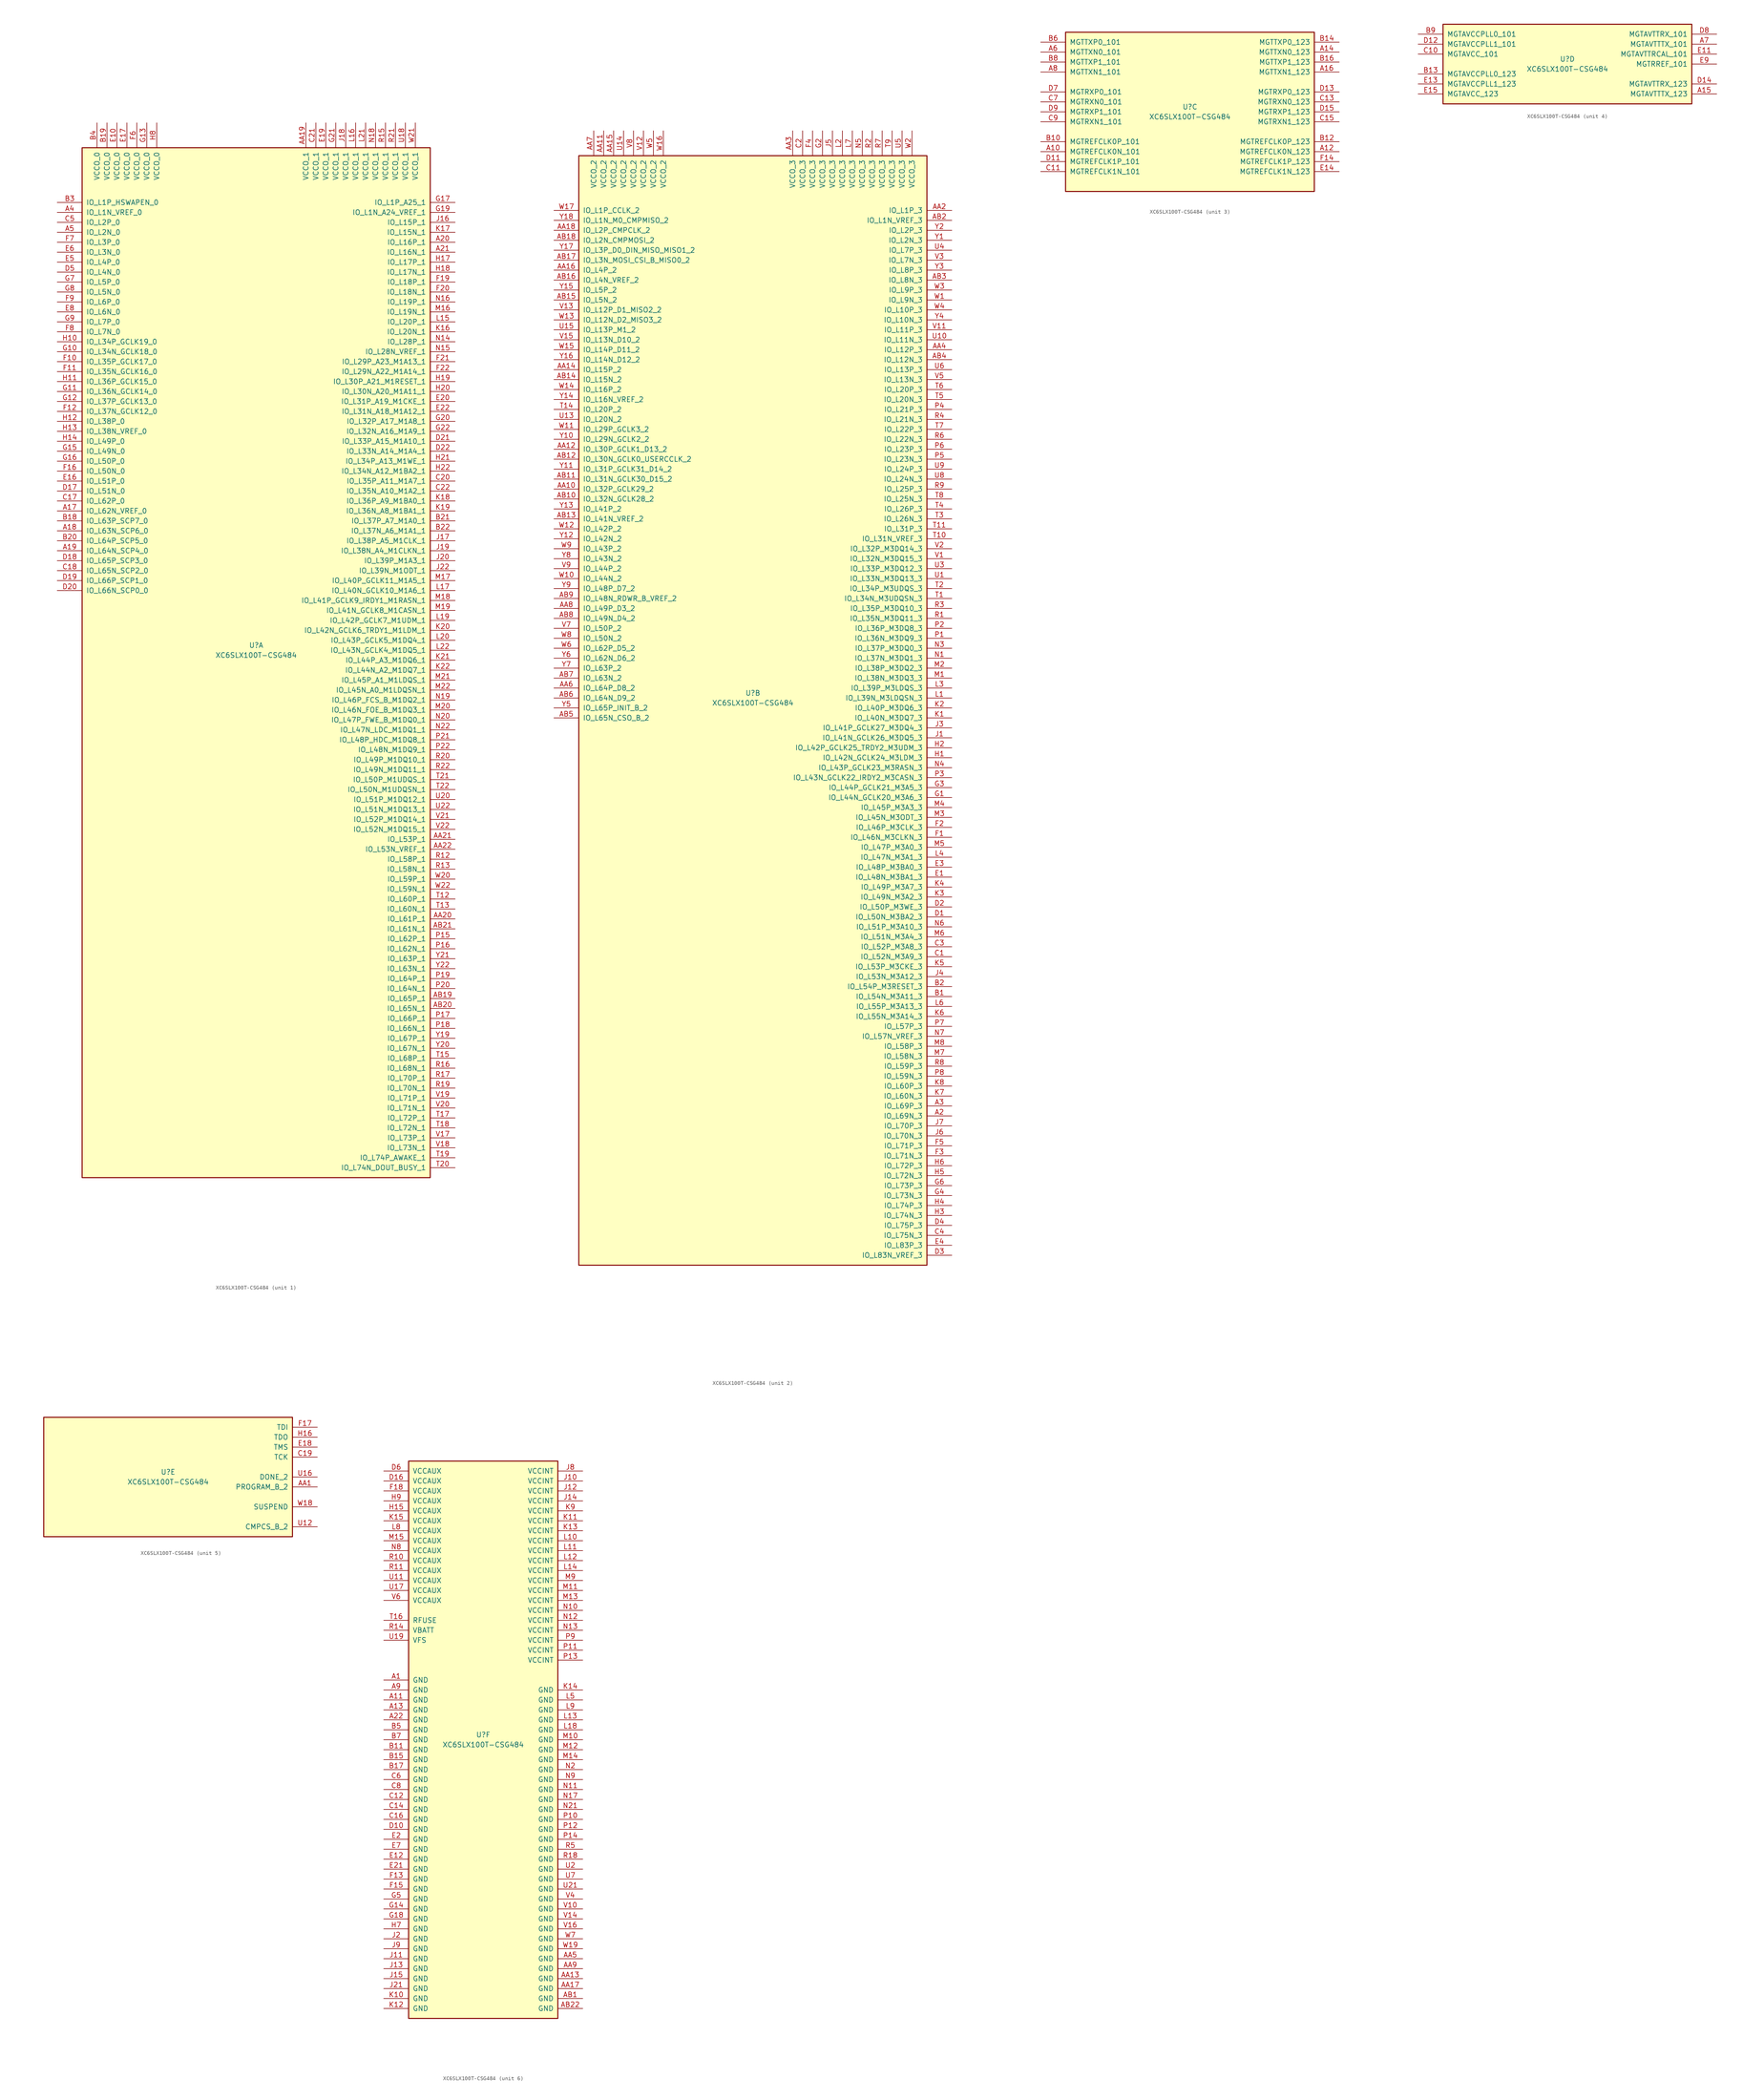
<source format=kicad_sym>
(kicad_symbol_lib
  (version 20220914)
  (generator kicad_symbol_editor)
  (symbol "XC6SLX100T-CSG484"
    (pin_names
      (offset 1.016))
    (property "Reference" "U"
      (at 0 1.27 0)
      (effects (font (size 1.27 1.27))))
    (property "Value" "XC6SLX100T-CSG484"
      (at 0 -1.27 0)
      (effects (font (size 1.27 1.27))))
    (property "Datasheet" ""
      (at 0 0 0)
      (effects (font (size 1.27 1.27))))
    (property "ki_locked" ""
      (at 0 0 0)
      (effects (font (size 1.27 1.27))))
    (symbol "XC6SLX100T-CSG484_1_1"
      (rectangle (start -44.45 128.27) (end 44.45 -134.62) (stroke (width 0.254) (type default)) (fill (type background)))
      (pin bidirectional line (at -50.8 35.56 0) (length 6.35) (name "IO_L62N_VREF_0" (effects (font (size 1.27 1.27)))) (number "A17" (effects (font (size 1.27 1.27)))))
      (pin bidirectional line (at -50.8 30.48 0) (length 6.35) (name "IO_L63N_SCP6_0" (effects (font (size 1.27 1.27)))) (number "A18" (effects (font (size 1.27 1.27)))))
      (pin bidirectional line (at -50.8 25.4 0) (length 6.35) (name "IO_L64N_SCP4_0" (effects (font (size 1.27 1.27)))) (number "A19" (effects (font (size 1.27 1.27)))))
      (pin bidirectional line (at 50.8 104.14 180) (length 6.35) (name "IO_L16P_1" (effects (font (size 1.27 1.27)))) (number "A20" (effects (font (size 1.27 1.27)))))
      (pin bidirectional line (at 50.8 101.6 180) (length 6.35) (name "IO_L16N_1" (effects (font (size 1.27 1.27)))) (number "A21" (effects (font (size 1.27 1.27)))))
      (pin bidirectional line (at -50.8 111.76 0) (length 6.35) (name "IO_L1N_VREF_0" (effects (font (size 1.27 1.27)))) (number "A4" (effects (font (size 1.27 1.27)))))
      (pin bidirectional line (at -50.8 106.68 0) (length 6.35) (name "IO_L2N_0" (effects (font (size 1.27 1.27)))) (number "A5" (effects (font (size 1.27 1.27)))))
      (pin power_in line (at 12.7 134.62 270) (length 6.35) (name "VCCO_1" (effects (font (size 1.27 1.27)))) (number "AA19" (effects (font (size 1.27 1.27)))))
      (pin bidirectional line (at 50.8 -68.58 180) (length 6.35) (name "IO_L61P_1" (effects (font (size 1.27 1.27)))) (number "AA20" (effects (font (size 1.27 1.27)))))
      (pin bidirectional line (at 50.8 -48.26 180) (length 6.35) (name "IO_L53P_1" (effects (font (size 1.27 1.27)))) (number "AA21" (effects (font (size 1.27 1.27)))))
      (pin bidirectional line (at 50.8 -50.8 180) (length 6.35) (name "IO_L53N_VREF_1" (effects (font (size 1.27 1.27)))) (number "AA22" (effects (font (size 1.27 1.27)))))
      (pin bidirectional line (at 50.8 -88.9 180) (length 6.35) (name "IO_L65P_1" (effects (font (size 1.27 1.27)))) (number "AB19" (effects (font (size 1.27 1.27)))))
      (pin bidirectional line (at 50.8 -91.44 180) (length 6.35) (name "IO_L65N_1" (effects (font (size 1.27 1.27)))) (number "AB20" (effects (font (size 1.27 1.27)))))
      (pin bidirectional line (at 50.8 -71.12 180) (length 6.35) (name "IO_L61N_1" (effects (font (size 1.27 1.27)))) (number "AB21" (effects (font (size 1.27 1.27)))))
      (pin bidirectional line (at -50.8 33.02 0) (length 6.35) (name "IO_L63P_SCP7_0" (effects (font (size 1.27 1.27)))) (number "B18" (effects (font (size 1.27 1.27)))))
      (pin power_in line (at -38.1 134.62 270) (length 6.35) (name "VCCO_0" (effects (font (size 1.27 1.27)))) (number "B19" (effects (font (size 1.27 1.27)))))
      (pin bidirectional line (at -50.8 27.94 0) (length 6.35) (name "IO_L64P_SCP5_0" (effects (font (size 1.27 1.27)))) (number "B20" (effects (font (size 1.27 1.27)))))
      (pin bidirectional line (at 50.8 33.02 180) (length 6.35) (name "IO_L37P_A7_M1A0_1" (effects (font (size 1.27 1.27)))) (number "B21" (effects (font (size 1.27 1.27)))))
      (pin bidirectional line (at 50.8 30.48 180) (length 6.35) (name "IO_L37N_A6_M1A1_1" (effects (font (size 1.27 1.27)))) (number "B22" (effects (font (size 1.27 1.27)))))
      (pin bidirectional line (at -50.8 114.3 0) (length 6.35) (name "IO_L1P_HSWAPEN_0" (effects (font (size 1.27 1.27)))) (number "B3" (effects (font (size 1.27 1.27)))))
      (pin power_in line (at -40.64 134.62 270) (length 6.35) (name "VCCO_0" (effects (font (size 1.27 1.27)))) (number "B4" (effects (font (size 1.27 1.27)))))
      (pin bidirectional line (at -50.8 38.1 0) (length 6.35) (name "IO_L62P_0" (effects (font (size 1.27 1.27)))) (number "C17" (effects (font (size 1.27 1.27)))))
      (pin bidirectional line (at -50.8 20.32 0) (length 6.35) (name "IO_L65N_SCP2_0" (effects (font (size 1.27 1.27)))) (number "C18" (effects (font (size 1.27 1.27)))))
      (pin bidirectional line (at 50.8 43.18 180) (length 6.35) (name "IO_L35P_A11_M1A7_1" (effects (font (size 1.27 1.27)))) (number "C20" (effects (font (size 1.27 1.27)))))
      (pin power_in line (at 15.24 134.62 270) (length 6.35) (name "VCCO_1" (effects (font (size 1.27 1.27)))) (number "C21" (effects (font (size 1.27 1.27)))))
      (pin bidirectional line (at 50.8 40.64 180) (length 6.35) (name "IO_L35N_A10_M1A2_1" (effects (font (size 1.27 1.27)))) (number "C22" (effects (font (size 1.27 1.27)))))
      (pin bidirectional line (at -50.8 109.22 0) (length 6.35) (name "IO_L2P_0" (effects (font (size 1.27 1.27)))) (number "C5" (effects (font (size 1.27 1.27)))))
      (pin bidirectional line (at -50.8 40.64 0) (length 6.35) (name "IO_L51N_0" (effects (font (size 1.27 1.27)))) (number "D17" (effects (font (size 1.27 1.27)))))
      (pin bidirectional line (at -50.8 22.86 0) (length 6.35) (name "IO_L65P_SCP3_0" (effects (font (size 1.27 1.27)))) (number "D18" (effects (font (size 1.27 1.27)))))
      (pin bidirectional line (at -50.8 17.78 0) (length 6.35) (name "IO_L66P_SCP1_0" (effects (font (size 1.27 1.27)))) (number "D19" (effects (font (size 1.27 1.27)))))
      (pin bidirectional line (at -50.8 15.24 0) (length 6.35) (name "IO_L66N_SCP0_0" (effects (font (size 1.27 1.27)))) (number "D20" (effects (font (size 1.27 1.27)))))
      (pin bidirectional line (at 50.8 53.34 180) (length 6.35) (name "IO_L33P_A15_M1A10_1" (effects (font (size 1.27 1.27)))) (number "D21" (effects (font (size 1.27 1.27)))))
      (pin bidirectional line (at 50.8 50.8 180) (length 6.35) (name "IO_L33N_A14_M1A4_1" (effects (font (size 1.27 1.27)))) (number "D22" (effects (font (size 1.27 1.27)))))
      (pin bidirectional line (at -50.8 96.52 0) (length 6.35) (name "IO_L4N_0" (effects (font (size 1.27 1.27)))) (number "D5" (effects (font (size 1.27 1.27)))))
      (pin power_in line (at -35.56 134.62 270) (length 6.35) (name "VCCO_0" (effects (font (size 1.27 1.27)))) (number "E10" (effects (font (size 1.27 1.27)))))
      (pin bidirectional line (at -50.8 43.18 0) (length 6.35) (name "IO_L51P_0" (effects (font (size 1.27 1.27)))) (number "E16" (effects (font (size 1.27 1.27)))))
      (pin power_in line (at -33.02 134.62 270) (length 6.35) (name "VCCO_0" (effects (font (size 1.27 1.27)))) (number "E17" (effects (font (size 1.27 1.27)))))
      (pin power_in line (at 17.78 134.62 270) (length 6.35) (name "VCCO_1" (effects (font (size 1.27 1.27)))) (number "E19" (effects (font (size 1.27 1.27)))))
      (pin bidirectional line (at 50.8 63.5 180) (length 6.35) (name "IO_L31P_A19_M1CKE_1" (effects (font (size 1.27 1.27)))) (number "E20" (effects (font (size 1.27 1.27)))))
      (pin bidirectional line (at 50.8 60.96 180) (length 6.35) (name "IO_L31N_A18_M1A12_1" (effects (font (size 1.27 1.27)))) (number "E22" (effects (font (size 1.27 1.27)))))
      (pin bidirectional line (at -50.8 99.06 0) (length 6.35) (name "IO_L4P_0" (effects (font (size 1.27 1.27)))) (number "E5" (effects (font (size 1.27 1.27)))))
      (pin bidirectional line (at -50.8 101.6 0) (length 6.35) (name "IO_L3N_0" (effects (font (size 1.27 1.27)))) (number "E6" (effects (font (size 1.27 1.27)))))
      (pin bidirectional line (at -50.8 86.36 0) (length 6.35) (name "IO_L6N_0" (effects (font (size 1.27 1.27)))) (number "E8" (effects (font (size 1.27 1.27)))))
      (pin bidirectional line (at -50.8 73.66 0) (length 6.35) (name "IO_L35P_GCLK17_0" (effects (font (size 1.27 1.27)))) (number "F10" (effects (font (size 1.27 1.27)))))
      (pin bidirectional line (at -50.8 71.12 0) (length 6.35) (name "IO_L35N_GCLK16_0" (effects (font (size 1.27 1.27)))) (number "F11" (effects (font (size 1.27 1.27)))))
      (pin bidirectional line (at -50.8 60.96 0) (length 6.35) (name "IO_L37N_GCLK12_0" (effects (font (size 1.27 1.27)))) (number "F12" (effects (font (size 1.27 1.27)))))
      (pin bidirectional line (at -50.8 45.72 0) (length 6.35) (name "IO_L50N_0" (effects (font (size 1.27 1.27)))) (number "F16" (effects (font (size 1.27 1.27)))))
      (pin bidirectional line (at 50.8 93.98 180) (length 6.35) (name "IO_L18P_1" (effects (font (size 1.27 1.27)))) (number "F19" (effects (font (size 1.27 1.27)))))
      (pin bidirectional line (at 50.8 91.44 180) (length 6.35) (name "IO_L18N_1" (effects (font (size 1.27 1.27)))) (number "F20" (effects (font (size 1.27 1.27)))))
      (pin bidirectional line (at 50.8 73.66 180) (length 6.35) (name "IO_L29P_A23_M1A13_1" (effects (font (size 1.27 1.27)))) (number "F21" (effects (font (size 1.27 1.27)))))
      (pin bidirectional line (at 50.8 71.12 180) (length 6.35) (name "IO_L29N_A22_M1A14_1" (effects (font (size 1.27 1.27)))) (number "F22" (effects (font (size 1.27 1.27)))))
      (pin power_in line (at -30.48 134.62 270) (length 6.35) (name "VCCO_0" (effects (font (size 1.27 1.27)))) (number "F6" (effects (font (size 1.27 1.27)))))
      (pin bidirectional line (at -50.8 104.14 0) (length 6.35) (name "IO_L3P_0" (effects (font (size 1.27 1.27)))) (number "F7" (effects (font (size 1.27 1.27)))))
      (pin bidirectional line (at -50.8 81.28 0) (length 6.35) (name "IO_L7N_0" (effects (font (size 1.27 1.27)))) (number "F8" (effects (font (size 1.27 1.27)))))
      (pin bidirectional line (at -50.8 88.9 0) (length 6.35) (name "IO_L6P_0" (effects (font (size 1.27 1.27)))) (number "F9" (effects (font (size 1.27 1.27)))))
      (pin bidirectional line (at -50.8 76.2 0) (length 6.35) (name "IO_L34N_GCLK18_0" (effects (font (size 1.27 1.27)))) (number "G10" (effects (font (size 1.27 1.27)))))
      (pin bidirectional line (at -50.8 66.04 0) (length 6.35) (name "IO_L36N_GCLK14_0" (effects (font (size 1.27 1.27)))) (number "G11" (effects (font (size 1.27 1.27)))))
      (pin bidirectional line (at -50.8 63.5 0) (length 6.35) (name "IO_L37P_GCLK13_0" (effects (font (size 1.27 1.27)))) (number "G12" (effects (font (size 1.27 1.27)))))
      (pin power_in line (at -27.94 134.62 270) (length 6.35) (name "VCCO_0" (effects (font (size 1.27 1.27)))) (number "G13" (effects (font (size 1.27 1.27)))))
      (pin bidirectional line (at -50.8 50.8 0) (length 6.35) (name "IO_L49N_0" (effects (font (size 1.27 1.27)))) (number "G15" (effects (font (size 1.27 1.27)))))
      (pin bidirectional line (at -50.8 48.26 0) (length 6.35) (name "IO_L50P_0" (effects (font (size 1.27 1.27)))) (number "G16" (effects (font (size 1.27 1.27)))))
      (pin bidirectional line (at 50.8 114.3 180) (length 6.35) (name "IO_L1P_A25_1" (effects (font (size 1.27 1.27)))) (number "G17" (effects (font (size 1.27 1.27)))))
      (pin bidirectional line (at 50.8 111.76 180) (length 6.35) (name "IO_L1N_A24_VREF_1" (effects (font (size 1.27 1.27)))) (number "G19" (effects (font (size 1.27 1.27)))))
      (pin bidirectional line (at 50.8 58.42 180) (length 6.35) (name "IO_L32P_A17_M1A8_1" (effects (font (size 1.27 1.27)))) (number "G20" (effects (font (size 1.27 1.27)))))
      (pin power_in line (at 20.32 134.62 270) (length 6.35) (name "VCCO_1" (effects (font (size 1.27 1.27)))) (number "G21" (effects (font (size 1.27 1.27)))))
      (pin bidirectional line (at 50.8 55.88 180) (length 6.35) (name "IO_L32N_A16_M1A9_1" (effects (font (size 1.27 1.27)))) (number "G22" (effects (font (size 1.27 1.27)))))
      (pin bidirectional line (at -50.8 93.98 0) (length 6.35) (name "IO_L5P_0" (effects (font (size 1.27 1.27)))) (number "G7" (effects (font (size 1.27 1.27)))))
      (pin bidirectional line (at -50.8 91.44 0) (length 6.35) (name "IO_L5N_0" (effects (font (size 1.27 1.27)))) (number "G8" (effects (font (size 1.27 1.27)))))
      (pin bidirectional line (at -50.8 83.82 0) (length 6.35) (name "IO_L7P_0" (effects (font (size 1.27 1.27)))) (number "G9" (effects (font (size 1.27 1.27)))))
      (pin bidirectional line (at -50.8 78.74 0) (length 6.35) (name "IO_L34P_GCLK19_0" (effects (font (size 1.27 1.27)))) (number "H10" (effects (font (size 1.27 1.27)))))
      (pin bidirectional line (at -50.8 68.58 0) (length 6.35) (name "IO_L36P_GCLK15_0" (effects (font (size 1.27 1.27)))) (number "H11" (effects (font (size 1.27 1.27)))))
      (pin bidirectional line (at -50.8 58.42 0) (length 6.35) (name "IO_L38P_0" (effects (font (size 1.27 1.27)))) (number "H12" (effects (font (size 1.27 1.27)))))
      (pin bidirectional line (at -50.8 55.88 0) (length 6.35) (name "IO_L38N_VREF_0" (effects (font (size 1.27 1.27)))) (number "H13" (effects (font (size 1.27 1.27)))))
      (pin bidirectional line (at -50.8 53.34 0) (length 6.35) (name "IO_L49P_0" (effects (font (size 1.27 1.27)))) (number "H14" (effects (font (size 1.27 1.27)))))
      (pin bidirectional line (at 50.8 99.06 180) (length 6.35) (name "IO_L17P_1" (effects (font (size 1.27 1.27)))) (number "H17" (effects (font (size 1.27 1.27)))))
      (pin bidirectional line (at 50.8 96.52 180) (length 6.35) (name "IO_L17N_1" (effects (font (size 1.27 1.27)))) (number "H18" (effects (font (size 1.27 1.27)))))
      (pin bidirectional line (at 50.8 68.58 180) (length 6.35) (name "IO_L30P_A21_M1RESET_1" (effects (font (size 1.27 1.27)))) (number "H19" (effects (font (size 1.27 1.27)))))
      (pin bidirectional line (at 50.8 66.04 180) (length 6.35) (name "IO_L30N_A20_M1A11_1" (effects (font (size 1.27 1.27)))) (number "H20" (effects (font (size 1.27 1.27)))))
      (pin bidirectional line (at 50.8 48.26 180) (length 6.35) (name "IO_L34P_A13_M1WE_1" (effects (font (size 1.27 1.27)))) (number "H21" (effects (font (size 1.27 1.27)))))
      (pin bidirectional line (at 50.8 45.72 180) (length 6.35) (name "IO_L34N_A12_M1BA2_1" (effects (font (size 1.27 1.27)))) (number "H22" (effects (font (size 1.27 1.27)))))
      (pin power_in line (at -25.4 134.62 270) (length 6.35) (name "VCCO_0" (effects (font (size 1.27 1.27)))) (number "H8" (effects (font (size 1.27 1.27)))))
      (pin bidirectional line (at 50.8 109.22 180) (length 6.35) (name "IO_L15P_1" (effects (font (size 1.27 1.27)))) (number "J16" (effects (font (size 1.27 1.27)))))
      (pin bidirectional line (at 50.8 27.94 180) (length 6.35) (name "IO_L38P_A5_M1CLK_1" (effects (font (size 1.27 1.27)))) (number "J17" (effects (font (size 1.27 1.27)))))
      (pin power_in line (at 22.86 134.62 270) (length 6.35) (name "VCCO_1" (effects (font (size 1.27 1.27)))) (number "J18" (effects (font (size 1.27 1.27)))))
      (pin bidirectional line (at 50.8 25.4 180) (length 6.35) (name "IO_L38N_A4_M1CLKN_1" (effects (font (size 1.27 1.27)))) (number "J19" (effects (font (size 1.27 1.27)))))
      (pin bidirectional line (at 50.8 22.86 180) (length 6.35) (name "IO_L39P_M1A3_1" (effects (font (size 1.27 1.27)))) (number "J20" (effects (font (size 1.27 1.27)))))
      (pin bidirectional line (at 50.8 20.32 180) (length 6.35) (name "IO_L39N_M1ODT_1" (effects (font (size 1.27 1.27)))) (number "J22" (effects (font (size 1.27 1.27)))))
      (pin bidirectional line (at 50.8 81.28 180) (length 6.35) (name "IO_L20N_1" (effects (font (size 1.27 1.27)))) (number "K16" (effects (font (size 1.27 1.27)))))
      (pin bidirectional line (at 50.8 106.68 180) (length 6.35) (name "IO_L15N_1" (effects (font (size 1.27 1.27)))) (number "K17" (effects (font (size 1.27 1.27)))))
      (pin bidirectional line (at 50.8 38.1 180) (length 6.35) (name "IO_L36P_A9_M1BA0_1" (effects (font (size 1.27 1.27)))) (number "K18" (effects (font (size 1.27 1.27)))))
      (pin bidirectional line (at 50.8 35.56 180) (length 6.35) (name "IO_L36N_A8_M1BA1_1" (effects (font (size 1.27 1.27)))) (number "K19" (effects (font (size 1.27 1.27)))))
      (pin bidirectional line (at 50.8 5.08 180) (length 6.35) (name "IO_L42N_GCLK6_TRDY1_M1LDM_1" (effects (font (size 1.27 1.27)))) (number "K20" (effects (font (size 1.27 1.27)))))
      (pin bidirectional line (at 50.8 -2.54 180) (length 6.35) (name "IO_L44P_A3_M1DQ6_1" (effects (font (size 1.27 1.27)))) (number "K21" (effects (font (size 1.27 1.27)))))
      (pin bidirectional line (at 50.8 -5.08 180) (length 6.35) (name "IO_L44N_A2_M1DQ7_1" (effects (font (size 1.27 1.27)))) (number "K22" (effects (font (size 1.27 1.27)))))
      (pin bidirectional line (at 50.8 83.82 180) (length 6.35) (name "IO_L20P_1" (effects (font (size 1.27 1.27)))) (number "L15" (effects (font (size 1.27 1.27)))))
      (pin power_in line (at 25.4 134.62 270) (length 6.35) (name "VCCO_1" (effects (font (size 1.27 1.27)))) (number "L16" (effects (font (size 1.27 1.27)))))
      (pin bidirectional line (at 50.8 15.24 180) (length 6.35) (name "IO_L40N_GCLK10_M1A6_1" (effects (font (size 1.27 1.27)))) (number "L17" (effects (font (size 1.27 1.27)))))
      (pin bidirectional line (at 50.8 7.62 180) (length 6.35) (name "IO_L42P_GCLK7_M1UDM_1" (effects (font (size 1.27 1.27)))) (number "L19" (effects (font (size 1.27 1.27)))))
      (pin bidirectional line (at 50.8 2.54 180) (length 6.35) (name "IO_L43P_GCLK5_M1DQ4_1" (effects (font (size 1.27 1.27)))) (number "L20" (effects (font (size 1.27 1.27)))))
      (pin power_in line (at 27.94 134.62 270) (length 6.35) (name "VCCO_1" (effects (font (size 1.27 1.27)))) (number "L21" (effects (font (size 1.27 1.27)))))
      (pin bidirectional line (at 50.8 0 180) (length 6.35) (name "IO_L43N_GCLK4_M1DQ5_1" (effects (font (size 1.27 1.27)))) (number "L22" (effects (font (size 1.27 1.27)))))
      (pin bidirectional line (at 50.8 86.36 180) (length 6.35) (name "IO_L19N_1" (effects (font (size 1.27 1.27)))) (number "M16" (effects (font (size 1.27 1.27)))))
      (pin bidirectional line (at 50.8 17.78 180) (length 6.35) (name "IO_L40P_GCLK11_M1A5_1" (effects (font (size 1.27 1.27)))) (number "M17" (effects (font (size 1.27 1.27)))))
      (pin bidirectional line (at 50.8 12.7 180) (length 6.35) (name "IO_L41P_GCLK9_IRDY1_M1RASN_1" (effects (font (size 1.27 1.27)))) (number "M18" (effects (font (size 1.27 1.27)))))
      (pin bidirectional line (at 50.8 10.16 180) (length 6.35) (name "IO_L41N_GCLK8_M1CASN_1" (effects (font (size 1.27 1.27)))) (number "M19" (effects (font (size 1.27 1.27)))))
      (pin bidirectional line (at 50.8 -15.24 180) (length 6.35) (name "IO_L46N_FOE_B_M1DQ3_1" (effects (font (size 1.27 1.27)))) (number "M20" (effects (font (size 1.27 1.27)))))
      (pin bidirectional line (at 50.8 -7.62 180) (length 6.35) (name "IO_L45P_A1_M1LDQS_1" (effects (font (size 1.27 1.27)))) (number "M21" (effects (font (size 1.27 1.27)))))
      (pin bidirectional line (at 50.8 -10.16 180) (length 6.35) (name "IO_L45N_A0_M1LDQSN_1" (effects (font (size 1.27 1.27)))) (number "M22" (effects (font (size 1.27 1.27)))))
      (pin bidirectional line (at 50.8 78.74 180) (length 6.35) (name "IO_L28P_1" (effects (font (size 1.27 1.27)))) (number "N14" (effects (font (size 1.27 1.27)))))
      (pin bidirectional line (at 50.8 76.2 180) (length 6.35) (name "IO_L28N_VREF_1" (effects (font (size 1.27 1.27)))) (number "N15" (effects (font (size 1.27 1.27)))))
      (pin bidirectional line (at 50.8 88.9 180) (length 6.35) (name "IO_L19P_1" (effects (font (size 1.27 1.27)))) (number "N16" (effects (font (size 1.27 1.27)))))
      (pin power_in line (at 30.48 134.62 270) (length 6.35) (name "VCCO_1" (effects (font (size 1.27 1.27)))) (number "N18" (effects (font (size 1.27 1.27)))))
      (pin bidirectional line (at 50.8 -12.7 180) (length 6.35) (name "IO_L46P_FCS_B_M1DQ2_1" (effects (font (size 1.27 1.27)))) (number "N19" (effects (font (size 1.27 1.27)))))
      (pin bidirectional line (at 50.8 -17.78 180) (length 6.35) (name "IO_L47P_FWE_B_M1DQ0_1" (effects (font (size 1.27 1.27)))) (number "N20" (effects (font (size 1.27 1.27)))))
      (pin bidirectional line (at 50.8 -20.32 180) (length 6.35) (name "IO_L47N_LDC_M1DQ1_1" (effects (font (size 1.27 1.27)))) (number "N22" (effects (font (size 1.27 1.27)))))
      (pin bidirectional line (at 50.8 -73.66 180) (length 6.35) (name "IO_L62P_1" (effects (font (size 1.27 1.27)))) (number "P15" (effects (font (size 1.27 1.27)))))
      (pin bidirectional line (at 50.8 -76.2 180) (length 6.35) (name "IO_L62N_1" (effects (font (size 1.27 1.27)))) (number "P16" (effects (font (size 1.27 1.27)))))
      (pin bidirectional line (at 50.8 -93.98 180) (length 6.35) (name "IO_L66P_1" (effects (font (size 1.27 1.27)))) (number "P17" (effects (font (size 1.27 1.27)))))
      (pin bidirectional line (at 50.8 -96.52 180) (length 6.35) (name "IO_L66N_1" (effects (font (size 1.27 1.27)))) (number "P18" (effects (font (size 1.27 1.27)))))
      (pin bidirectional line (at 50.8 -83.82 180) (length 6.35) (name "IO_L64P_1" (effects (font (size 1.27 1.27)))) (number "P19" (effects (font (size 1.27 1.27)))))
      (pin bidirectional line (at 50.8 -86.36 180) (length 6.35) (name "IO_L64N_1" (effects (font (size 1.27 1.27)))) (number "P20" (effects (font (size 1.27 1.27)))))
      (pin bidirectional line (at 50.8 -22.86 180) (length 6.35) (name "IO_L48P_HDC_M1DQ8_1" (effects (font (size 1.27 1.27)))) (number "P21" (effects (font (size 1.27 1.27)))))
      (pin bidirectional line (at 50.8 -25.4 180) (length 6.35) (name "IO_L48N_M1DQ9_1" (effects (font (size 1.27 1.27)))) (number "P22" (effects (font (size 1.27 1.27)))))
      (pin bidirectional line (at 50.8 -53.34 180) (length 6.35) (name "IO_L58P_1" (effects (font (size 1.27 1.27)))) (number "R12" (effects (font (size 1.27 1.27)))))
      (pin bidirectional line (at 50.8 -55.88 180) (length 6.35) (name "IO_L58N_1" (effects (font (size 1.27 1.27)))) (number "R13" (effects (font (size 1.27 1.27)))))
      (pin power_in line (at 33.02 134.62 270) (length 6.35) (name "VCCO_1" (effects (font (size 1.27 1.27)))) (number "R15" (effects (font (size 1.27 1.27)))))
      (pin bidirectional line (at 50.8 -106.68 180) (length 6.35) (name "IO_L68N_1" (effects (font (size 1.27 1.27)))) (number "R16" (effects (font (size 1.27 1.27)))))
      (pin bidirectional line (at 50.8 -109.22 180) (length 6.35) (name "IO_L70P_1" (effects (font (size 1.27 1.27)))) (number "R17" (effects (font (size 1.27 1.27)))))
      (pin bidirectional line (at 50.8 -111.76 180) (length 6.35) (name "IO_L70N_1" (effects (font (size 1.27 1.27)))) (number "R19" (effects (font (size 1.27 1.27)))))
      (pin bidirectional line (at 50.8 -27.94 180) (length 6.35) (name "IO_L49P_M1DQ10_1" (effects (font (size 1.27 1.27)))) (number "R20" (effects (font (size 1.27 1.27)))))
      (pin power_in line (at 35.56 134.62 270) (length 6.35) (name "VCCO_1" (effects (font (size 1.27 1.27)))) (number "R21" (effects (font (size 1.27 1.27)))))
      (pin bidirectional line (at 50.8 -30.48 180) (length 6.35) (name "IO_L49N_M1DQ11_1" (effects (font (size 1.27 1.27)))) (number "R22" (effects (font (size 1.27 1.27)))))
      (pin bidirectional line (at 50.8 -63.5 180) (length 6.35) (name "IO_L60P_1" (effects (font (size 1.27 1.27)))) (number "T12" (effects (font (size 1.27 1.27)))))
      (pin bidirectional line (at 50.8 -66.04 180) (length 6.35) (name "IO_L60N_1" (effects (font (size 1.27 1.27)))) (number "T13" (effects (font (size 1.27 1.27)))))
      (pin bidirectional line (at 50.8 -104.14 180) (length 6.35) (name "IO_L68P_1" (effects (font (size 1.27 1.27)))) (number "T15" (effects (font (size 1.27 1.27)))))
      (pin bidirectional line (at 50.8 -119.38 180) (length 6.35) (name "IO_L72P_1" (effects (font (size 1.27 1.27)))) (number "T17" (effects (font (size 1.27 1.27)))))
      (pin bidirectional line (at 50.8 -121.92 180) (length 6.35) (name "IO_L72N_1" (effects (font (size 1.27 1.27)))) (number "T18" (effects (font (size 1.27 1.27)))))
      (pin bidirectional line (at 50.8 -129.54 180) (length 6.35) (name "IO_L74P_AWAKE_1" (effects (font (size 1.27 1.27)))) (number "T19" (effects (font (size 1.27 1.27)))))
      (pin bidirectional line (at 50.8 -132.08 180) (length 6.35) (name "IO_L74N_DOUT_BUSY_1" (effects (font (size 1.27 1.27)))) (number "T20" (effects (font (size 1.27 1.27)))))
      (pin bidirectional line (at 50.8 -33.02 180) (length 6.35) (name "IO_L50P_M1UDQS_1" (effects (font (size 1.27 1.27)))) (number "T21" (effects (font (size 1.27 1.27)))))
      (pin bidirectional line (at 50.8 -35.56 180) (length 6.35) (name "IO_L50N_M1UDQSN_1" (effects (font (size 1.27 1.27)))) (number "T22" (effects (font (size 1.27 1.27)))))
      (pin power_in line (at 38.1 134.62 270) (length 6.35) (name "VCCO_1" (effects (font (size 1.27 1.27)))) (number "U18" (effects (font (size 1.27 1.27)))))
      (pin bidirectional line (at 50.8 -38.1 180) (length 6.35) (name "IO_L51P_M1DQ12_1" (effects (font (size 1.27 1.27)))) (number "U20" (effects (font (size 1.27 1.27)))))
      (pin bidirectional line (at 50.8 -40.64 180) (length 6.35) (name "IO_L51N_M1DQ13_1" (effects (font (size 1.27 1.27)))) (number "U22" (effects (font (size 1.27 1.27)))))
      (pin bidirectional line (at 50.8 -124.46 180) (length 6.35) (name "IO_L73P_1" (effects (font (size 1.27 1.27)))) (number "V17" (effects (font (size 1.27 1.27)))))
      (pin bidirectional line (at 50.8 -127 180) (length 6.35) (name "IO_L73N_1" (effects (font (size 1.27 1.27)))) (number "V18" (effects (font (size 1.27 1.27)))))
      (pin bidirectional line (at 50.8 -114.3 180) (length 6.35) (name "IO_L71P_1" (effects (font (size 1.27 1.27)))) (number "V19" (effects (font (size 1.27 1.27)))))
      (pin bidirectional line (at 50.8 -116.84 180) (length 6.35) (name "IO_L71N_1" (effects (font (size 1.27 1.27)))) (number "V20" (effects (font (size 1.27 1.27)))))
      (pin bidirectional line (at 50.8 -43.18 180) (length 6.35) (name "IO_L52P_M1DQ14_1" (effects (font (size 1.27 1.27)))) (number "V21" (effects (font (size 1.27 1.27)))))
      (pin bidirectional line (at 50.8 -45.72 180) (length 6.35) (name "IO_L52N_M1DQ15_1" (effects (font (size 1.27 1.27)))) (number "V22" (effects (font (size 1.27 1.27)))))
      (pin bidirectional line (at 50.8 -58.42 180) (length 6.35) (name "IO_L59P_1" (effects (font (size 1.27 1.27)))) (number "W20" (effects (font (size 1.27 1.27)))))
      (pin power_in line (at 40.64 134.62 270) (length 6.35) (name "VCCO_1" (effects (font (size 1.27 1.27)))) (number "W21" (effects (font (size 1.27 1.27)))))
      (pin bidirectional line (at 50.8 -60.96 180) (length 6.35) (name "IO_L59N_1" (effects (font (size 1.27 1.27)))) (number "W22" (effects (font (size 1.27 1.27)))))
      (pin bidirectional line (at 50.8 -99.06 180) (length 6.35) (name "IO_L67P_1" (effects (font (size 1.27 1.27)))) (number "Y19" (effects (font (size 1.27 1.27)))))
      (pin bidirectional line (at 50.8 -101.6 180) (length 6.35) (name "IO_L67N_1" (effects (font (size 1.27 1.27)))) (number "Y20" (effects (font (size 1.27 1.27)))))
      (pin bidirectional line (at 50.8 -78.74 180) (length 6.35) (name "IO_L63P_1" (effects (font (size 1.27 1.27)))) (number "Y21" (effects (font (size 1.27 1.27)))))
      (pin bidirectional line (at 50.8 -81.28 180) (length 6.35) (name "IO_L63N_1" (effects (font (size 1.27 1.27)))) (number "Y22" (effects (font (size 1.27 1.27))))))
    (symbol "XC6SLX100T-CSG484_2_1"
      (rectangle (start -44.45 138.43) (end 44.45 -144.78) (stroke (width 0.254) (type default)) (fill (type background)))
      (pin bidirectional line (at 50.8 -106.68 180) (length 6.35) (name "IO_L69N_3" (effects (font (size 1.27 1.27)))) (number "A2" (effects (font (size 1.27 1.27)))))
      (pin bidirectional line (at 50.8 -104.14 180) (length 6.35) (name "IO_L69P_3" (effects (font (size 1.27 1.27)))) (number "A3" (effects (font (size 1.27 1.27)))))
      (pin bidirectional line (at -50.8 53.34 0) (length 6.35) (name "IO_L32P_GCLK29_2" (effects (font (size 1.27 1.27)))) (number "AA10" (effects (font (size 1.27 1.27)))))
      (pin power_in line (at -38.1 144.78 270) (length 6.35) (name "VCCO_2" (effects (font (size 1.27 1.27)))) (number "AA11" (effects (font (size 1.27 1.27)))))
      (pin bidirectional line (at -50.8 63.5 0) (length 6.35) (name "IO_L30P_GCLK1_D13_2" (effects (font (size 1.27 1.27)))) (number "AA12" (effects (font (size 1.27 1.27)))))
      (pin bidirectional line (at -50.8 83.82 0) (length 6.35) (name "IO_L15P_2" (effects (font (size 1.27 1.27)))) (number "AA14" (effects (font (size 1.27 1.27)))))
      (pin power_in line (at -35.56 144.78 270) (length 6.35) (name "VCCO_2" (effects (font (size 1.27 1.27)))) (number "AA15" (effects (font (size 1.27 1.27)))))
      (pin bidirectional line (at -50.8 109.22 0) (length 6.35) (name "IO_L4P_2" (effects (font (size 1.27 1.27)))) (number "AA16" (effects (font (size 1.27 1.27)))))
      (pin bidirectional line (at -50.8 119.38 0) (length 6.35) (name "IO_L2P_CMPCLK_2" (effects (font (size 1.27 1.27)))) (number "AA18" (effects (font (size 1.27 1.27)))))
      (pin bidirectional line (at 50.8 124.46 180) (length 6.35) (name "IO_L1P_3" (effects (font (size 1.27 1.27)))) (number "AA2" (effects (font (size 1.27 1.27)))))
      (pin power_in line (at 10.16 144.78 270) (length 6.35) (name "VCCO_3" (effects (font (size 1.27 1.27)))) (number "AA3" (effects (font (size 1.27 1.27)))))
      (pin bidirectional line (at 50.8 88.9 180) (length 6.35) (name "IO_L12P_3" (effects (font (size 1.27 1.27)))) (number "AA4" (effects (font (size 1.27 1.27)))))
      (pin bidirectional line (at -50.8 2.54 0) (length 6.35) (name "IO_L64P_D8_2" (effects (font (size 1.27 1.27)))) (number "AA6" (effects (font (size 1.27 1.27)))))
      (pin power_in line (at -40.64 144.78 270) (length 6.35) (name "VCCO_2" (effects (font (size 1.27 1.27)))) (number "AA7" (effects (font (size 1.27 1.27)))))
      (pin bidirectional line (at -50.8 22.86 0) (length 6.35) (name "IO_L49P_D3_2" (effects (font (size 1.27 1.27)))) (number "AA8" (effects (font (size 1.27 1.27)))))
      (pin bidirectional line (at -50.8 50.8 0) (length 6.35) (name "IO_L32N_GCLK28_2" (effects (font (size 1.27 1.27)))) (number "AB10" (effects (font (size 1.27 1.27)))))
      (pin bidirectional line (at -50.8 55.88 0) (length 6.35) (name "IO_L31N_GCLK30_D15_2" (effects (font (size 1.27 1.27)))) (number "AB11" (effects (font (size 1.27 1.27)))))
      (pin bidirectional line (at -50.8 60.96 0) (length 6.35) (name "IO_L30N_GCLK0_USERCCLK_2" (effects (font (size 1.27 1.27)))) (number "AB12" (effects (font (size 1.27 1.27)))))
      (pin bidirectional line (at -50.8 45.72 0) (length 6.35) (name "IO_L41N_VREF_2" (effects (font (size 1.27 1.27)))) (number "AB13" (effects (font (size 1.27 1.27)))))
      (pin bidirectional line (at -50.8 81.28 0) (length 6.35) (name "IO_L15N_2" (effects (font (size 1.27 1.27)))) (number "AB14" (effects (font (size 1.27 1.27)))))
      (pin bidirectional line (at -50.8 101.6 0) (length 6.35) (name "IO_L5N_2" (effects (font (size 1.27 1.27)))) (number "AB15" (effects (font (size 1.27 1.27)))))
      (pin bidirectional line (at -50.8 106.68 0) (length 6.35) (name "IO_L4N_VREF_2" (effects (font (size 1.27 1.27)))) (number "AB16" (effects (font (size 1.27 1.27)))))
      (pin bidirectional line (at -50.8 111.76 0) (length 6.35) (name "IO_L3N_MOSI_CSI_B_MISO0_2" (effects (font (size 1.27 1.27)))) (number "AB17" (effects (font (size 1.27 1.27)))))
      (pin bidirectional line (at -50.8 116.84 0) (length 6.35) (name "IO_L2N_CMPMOSI_2" (effects (font (size 1.27 1.27)))) (number "AB18" (effects (font (size 1.27 1.27)))))
      (pin bidirectional line (at 50.8 121.92 180) (length 6.35) (name "IO_L1N_VREF_3" (effects (font (size 1.27 1.27)))) (number "AB2" (effects (font (size 1.27 1.27)))))
      (pin bidirectional line (at 50.8 106.68 180) (length 6.35) (name "IO_L8N_3" (effects (font (size 1.27 1.27)))) (number "AB3" (effects (font (size 1.27 1.27)))))
      (pin bidirectional line (at 50.8 86.36 180) (length 6.35) (name "IO_L12N_3" (effects (font (size 1.27 1.27)))) (number "AB4" (effects (font (size 1.27 1.27)))))
      (pin bidirectional line (at -50.8 -5.08 0) (length 6.35) (name "IO_L65N_CSO_B_2" (effects (font (size 1.27 1.27)))) (number "AB5" (effects (font (size 1.27 1.27)))))
      (pin bidirectional line (at -50.8 0 0) (length 6.35) (name "IO_L64N_D9_2" (effects (font (size 1.27 1.27)))) (number "AB6" (effects (font (size 1.27 1.27)))))
      (pin bidirectional line (at -50.8 5.08 0) (length 6.35) (name "IO_L63N_2" (effects (font (size 1.27 1.27)))) (number "AB7" (effects (font (size 1.27 1.27)))))
      (pin bidirectional line (at -50.8 20.32 0) (length 6.35) (name "IO_L49N_D4_2" (effects (font (size 1.27 1.27)))) (number "AB8" (effects (font (size 1.27 1.27)))))
      (pin bidirectional line (at -50.8 25.4 0) (length 6.35) (name "IO_L48N_RDWR_B_VREF_2" (effects (font (size 1.27 1.27)))) (number "AB9" (effects (font (size 1.27 1.27)))))
      (pin bidirectional line (at 50.8 -76.2 180) (length 6.35) (name "IO_L54N_M3A11_3" (effects (font (size 1.27 1.27)))) (number "B1" (effects (font (size 1.27 1.27)))))
      (pin bidirectional line (at 50.8 -73.66 180) (length 6.35) (name "IO_L54P_M3RESET_3" (effects (font (size 1.27 1.27)))) (number "B2" (effects (font (size 1.27 1.27)))))
      (pin bidirectional line (at 50.8 -66.04 180) (length 6.35) (name "IO_L52N_M3A9_3" (effects (font (size 1.27 1.27)))) (number "C1" (effects (font (size 1.27 1.27)))))
      (pin power_in line (at 12.7 144.78 270) (length 6.35) (name "VCCO_3" (effects (font (size 1.27 1.27)))) (number "C2" (effects (font (size 1.27 1.27)))))
      (pin bidirectional line (at 50.8 -63.5 180) (length 6.35) (name "IO_L52P_M3A8_3" (effects (font (size 1.27 1.27)))) (number "C3" (effects (font (size 1.27 1.27)))))
      (pin bidirectional line (at 50.8 -137.16 180) (length 6.35) (name "IO_L75N_3" (effects (font (size 1.27 1.27)))) (number "C4" (effects (font (size 1.27 1.27)))))
      (pin bidirectional line (at 50.8 -55.88 180) (length 6.35) (name "IO_L50N_M3BA2_3" (effects (font (size 1.27 1.27)))) (number "D1" (effects (font (size 1.27 1.27)))))
      (pin bidirectional line (at 50.8 -53.34 180) (length 6.35) (name "IO_L50P_M3WE_3" (effects (font (size 1.27 1.27)))) (number "D2" (effects (font (size 1.27 1.27)))))
      (pin bidirectional line (at 50.8 -142.24 180) (length 6.35) (name "IO_L83N_VREF_3" (effects (font (size 1.27 1.27)))) (number "D3" (effects (font (size 1.27 1.27)))))
      (pin bidirectional line (at 50.8 -134.62 180) (length 6.35) (name "IO_L75P_3" (effects (font (size 1.27 1.27)))) (number "D4" (effects (font (size 1.27 1.27)))))
      (pin bidirectional line (at 50.8 -45.72 180) (length 6.35) (name "IO_L48N_M3BA1_3" (effects (font (size 1.27 1.27)))) (number "E1" (effects (font (size 1.27 1.27)))))
      (pin bidirectional line (at 50.8 -43.18 180) (length 6.35) (name "IO_L48P_M3BA0_3" (effects (font (size 1.27 1.27)))) (number "E3" (effects (font (size 1.27 1.27)))))
      (pin bidirectional line (at 50.8 -139.7 180) (length 6.35) (name "IO_L83P_3" (effects (font (size 1.27 1.27)))) (number "E4" (effects (font (size 1.27 1.27)))))
      (pin bidirectional line (at 50.8 -35.56 180) (length 6.35) (name "IO_L46N_M3CLKN_3" (effects (font (size 1.27 1.27)))) (number "F1" (effects (font (size 1.27 1.27)))))
      (pin bidirectional line (at 50.8 -33.02 180) (length 6.35) (name "IO_L46P_M3CLK_3" (effects (font (size 1.27 1.27)))) (number "F2" (effects (font (size 1.27 1.27)))))
      (pin bidirectional line (at 50.8 -116.84 180) (length 6.35) (name "IO_L71N_3" (effects (font (size 1.27 1.27)))) (number "F3" (effects (font (size 1.27 1.27)))))
      (pin power_in line (at 15.24 144.78 270) (length 6.35) (name "VCCO_3" (effects (font (size 1.27 1.27)))) (number "F4" (effects (font (size 1.27 1.27)))))
      (pin bidirectional line (at 50.8 -114.3 180) (length 6.35) (name "IO_L71P_3" (effects (font (size 1.27 1.27)))) (number "F5" (effects (font (size 1.27 1.27)))))
      (pin bidirectional line (at 50.8 -25.4 180) (length 6.35) (name "IO_L44N_GCLK20_M3A6_3" (effects (font (size 1.27 1.27)))) (number "G1" (effects (font (size 1.27 1.27)))))
      (pin power_in line (at 17.78 144.78 270) (length 6.35) (name "VCCO_3" (effects (font (size 1.27 1.27)))) (number "G2" (effects (font (size 1.27 1.27)))))
      (pin bidirectional line (at 50.8 -22.86 180) (length 6.35) (name "IO_L44P_GCLK21_M3A5_3" (effects (font (size 1.27 1.27)))) (number "G3" (effects (font (size 1.27 1.27)))))
      (pin bidirectional line (at 50.8 -127 180) (length 6.35) (name "IO_L73N_3" (effects (font (size 1.27 1.27)))) (number "G4" (effects (font (size 1.27 1.27)))))
      (pin bidirectional line (at 50.8 -124.46 180) (length 6.35) (name "IO_L73P_3" (effects (font (size 1.27 1.27)))) (number "G6" (effects (font (size 1.27 1.27)))))
      (pin bidirectional line (at 50.8 -15.24 180) (length 6.35) (name "IO_L42N_GCLK24_M3LDM_3" (effects (font (size 1.27 1.27)))) (number "H1" (effects (font (size 1.27 1.27)))))
      (pin bidirectional line (at 50.8 -12.7 180) (length 6.35) (name "IO_L42P_GCLK25_TRDY2_M3UDM_3" (effects (font (size 1.27 1.27)))) (number "H2" (effects (font (size 1.27 1.27)))))
      (pin bidirectional line (at 50.8 -132.08 180) (length 6.35) (name "IO_L74N_3" (effects (font (size 1.27 1.27)))) (number "H3" (effects (font (size 1.27 1.27)))))
      (pin bidirectional line (at 50.8 -129.54 180) (length 6.35) (name "IO_L74P_3" (effects (font (size 1.27 1.27)))) (number "H4" (effects (font (size 1.27 1.27)))))
      (pin bidirectional line (at 50.8 -121.92 180) (length 6.35) (name "IO_L72N_3" (effects (font (size 1.27 1.27)))) (number "H5" (effects (font (size 1.27 1.27)))))
      (pin bidirectional line (at 50.8 -119.38 180) (length 6.35) (name "IO_L72P_3" (effects (font (size 1.27 1.27)))) (number "H6" (effects (font (size 1.27 1.27)))))
      (pin bidirectional line (at 50.8 -10.16 180) (length 6.35) (name "IO_L41N_GCLK26_M3DQ5_3" (effects (font (size 1.27 1.27)))) (number "J1" (effects (font (size 1.27 1.27)))))
      (pin bidirectional line (at 50.8 -7.62 180) (length 6.35) (name "IO_L41P_GCLK27_M3DQ4_3" (effects (font (size 1.27 1.27)))) (number "J3" (effects (font (size 1.27 1.27)))))
      (pin bidirectional line (at 50.8 -71.12 180) (length 6.35) (name "IO_L53N_M3A12_3" (effects (font (size 1.27 1.27)))) (number "J4" (effects (font (size 1.27 1.27)))))
      (pin power_in line (at 20.32 144.78 270) (length 6.35) (name "VCCO_3" (effects (font (size 1.27 1.27)))) (number "J5" (effects (font (size 1.27 1.27)))))
      (pin bidirectional line (at 50.8 -111.76 180) (length 6.35) (name "IO_L70N_3" (effects (font (size 1.27 1.27)))) (number "J6" (effects (font (size 1.27 1.27)))))
      (pin bidirectional line (at 50.8 -109.22 180) (length 6.35) (name "IO_L70P_3" (effects (font (size 1.27 1.27)))) (number "J7" (effects (font (size 1.27 1.27)))))
      (pin bidirectional line (at 50.8 -5.08 180) (length 6.35) (name "IO_L40N_M3DQ7_3" (effects (font (size 1.27 1.27)))) (number "K1" (effects (font (size 1.27 1.27)))))
      (pin bidirectional line (at 50.8 -2.54 180) (length 6.35) (name "IO_L40P_M3DQ6_3" (effects (font (size 1.27 1.27)))) (number "K2" (effects (font (size 1.27 1.27)))))
      (pin bidirectional line (at 50.8 -50.8 180) (length 6.35) (name "IO_L49N_M3A2_3" (effects (font (size 1.27 1.27)))) (number "K3" (effects (font (size 1.27 1.27)))))
      (pin bidirectional line (at 50.8 -48.26 180) (length 6.35) (name "IO_L49P_M3A7_3" (effects (font (size 1.27 1.27)))) (number "K4" (effects (font (size 1.27 1.27)))))
      (pin bidirectional line (at 50.8 -68.58 180) (length 6.35) (name "IO_L53P_M3CKE_3" (effects (font (size 1.27 1.27)))) (number "K5" (effects (font (size 1.27 1.27)))))
      (pin bidirectional line (at 50.8 -81.28 180) (length 6.35) (name "IO_L55N_M3A14_3" (effects (font (size 1.27 1.27)))) (number "K6" (effects (font (size 1.27 1.27)))))
      (pin bidirectional line (at 50.8 -101.6 180) (length 6.35) (name "IO_L60N_3" (effects (font (size 1.27 1.27)))) (number "K7" (effects (font (size 1.27 1.27)))))
      (pin bidirectional line (at 50.8 -99.06 180) (length 6.35) (name "IO_L60P_3" (effects (font (size 1.27 1.27)))) (number "K8" (effects (font (size 1.27 1.27)))))
      (pin bidirectional line (at 50.8 0 180) (length 6.35) (name "IO_L39N_M3LDQSN_3" (effects (font (size 1.27 1.27)))) (number "L1" (effects (font (size 1.27 1.27)))))
      (pin power_in line (at 22.86 144.78 270) (length 6.35) (name "VCCO_3" (effects (font (size 1.27 1.27)))) (number "L2" (effects (font (size 1.27 1.27)))))
      (pin bidirectional line (at 50.8 2.54 180) (length 6.35) (name "IO_L39P_M3LDQS_3" (effects (font (size 1.27 1.27)))) (number "L3" (effects (font (size 1.27 1.27)))))
      (pin bidirectional line (at 50.8 -40.64 180) (length 6.35) (name "IO_L47N_M3A1_3" (effects (font (size 1.27 1.27)))) (number "L4" (effects (font (size 1.27 1.27)))))
      (pin bidirectional line (at 50.8 -78.74 180) (length 6.35) (name "IO_L55P_M3A13_3" (effects (font (size 1.27 1.27)))) (number "L6" (effects (font (size 1.27 1.27)))))
      (pin power_in line (at 25.4 144.78 270) (length 6.35) (name "VCCO_3" (effects (font (size 1.27 1.27)))) (number "L7" (effects (font (size 1.27 1.27)))))
      (pin bidirectional line (at 50.8 5.08 180) (length 6.35) (name "IO_L38N_M3DQ3_3" (effects (font (size 1.27 1.27)))) (number "M1" (effects (font (size 1.27 1.27)))))
      (pin bidirectional line (at 50.8 7.62 180) (length 6.35) (name "IO_L38P_M3DQ2_3" (effects (font (size 1.27 1.27)))) (number "M2" (effects (font (size 1.27 1.27)))))
      (pin bidirectional line (at 50.8 -30.48 180) (length 6.35) (name "IO_L45N_M3ODT_3" (effects (font (size 1.27 1.27)))) (number "M3" (effects (font (size 1.27 1.27)))))
      (pin bidirectional line (at 50.8 -27.94 180) (length 6.35) (name "IO_L45P_M3A3_3" (effects (font (size 1.27 1.27)))) (number "M4" (effects (font (size 1.27 1.27)))))
      (pin bidirectional line (at 50.8 -38.1 180) (length 6.35) (name "IO_L47P_M3A0_3" (effects (font (size 1.27 1.27)))) (number "M5" (effects (font (size 1.27 1.27)))))
      (pin bidirectional line (at 50.8 -60.96 180) (length 6.35) (name "IO_L51N_M3A4_3" (effects (font (size 1.27 1.27)))) (number "M6" (effects (font (size 1.27 1.27)))))
      (pin bidirectional line (at 50.8 -91.44 180) (length 6.35) (name "IO_L58N_3" (effects (font (size 1.27 1.27)))) (number "M7" (effects (font (size 1.27 1.27)))))
      (pin bidirectional line (at 50.8 -88.9 180) (length 6.35) (name "IO_L58P_3" (effects (font (size 1.27 1.27)))) (number "M8" (effects (font (size 1.27 1.27)))))
      (pin bidirectional line (at 50.8 10.16 180) (length 6.35) (name "IO_L37N_M3DQ1_3" (effects (font (size 1.27 1.27)))) (number "N1" (effects (font (size 1.27 1.27)))))
      (pin bidirectional line (at 50.8 12.7 180) (length 6.35) (name "IO_L37P_M3DQ0_3" (effects (font (size 1.27 1.27)))) (number "N3" (effects (font (size 1.27 1.27)))))
      (pin bidirectional line (at 50.8 -17.78 180) (length 6.35) (name "IO_L43P_GCLK23_M3RASN_3" (effects (font (size 1.27 1.27)))) (number "N4" (effects (font (size 1.27 1.27)))))
      (pin power_in line (at 27.94 144.78 270) (length 6.35) (name "VCCO_3" (effects (font (size 1.27 1.27)))) (number "N5" (effects (font (size 1.27 1.27)))))
      (pin bidirectional line (at 50.8 -58.42 180) (length 6.35) (name "IO_L51P_M3A10_3" (effects (font (size 1.27 1.27)))) (number "N6" (effects (font (size 1.27 1.27)))))
      (pin bidirectional line (at 50.8 -86.36 180) (length 6.35) (name "IO_L57N_VREF_3" (effects (font (size 1.27 1.27)))) (number "N7" (effects (font (size 1.27 1.27)))))
      (pin bidirectional line (at 50.8 15.24 180) (length 6.35) (name "IO_L36N_M3DQ9_3" (effects (font (size 1.27 1.27)))) (number "P1" (effects (font (size 1.27 1.27)))))
      (pin bidirectional line (at 50.8 17.78 180) (length 6.35) (name "IO_L36P_M3DQ8_3" (effects (font (size 1.27 1.27)))) (number "P2" (effects (font (size 1.27 1.27)))))
      (pin bidirectional line (at 50.8 -20.32 180) (length 6.35) (name "IO_L43N_GCLK22_IRDY2_M3CASN_3" (effects (font (size 1.27 1.27)))) (number "P3" (effects (font (size 1.27 1.27)))))
      (pin bidirectional line (at 50.8 73.66 180) (length 6.35) (name "IO_L21P_3" (effects (font (size 1.27 1.27)))) (number "P4" (effects (font (size 1.27 1.27)))))
      (pin bidirectional line (at 50.8 60.96 180) (length 6.35) (name "IO_L23N_3" (effects (font (size 1.27 1.27)))) (number "P5" (effects (font (size 1.27 1.27)))))
      (pin bidirectional line (at 50.8 63.5 180) (length 6.35) (name "IO_L23P_3" (effects (font (size 1.27 1.27)))) (number "P6" (effects (font (size 1.27 1.27)))))
      (pin bidirectional line (at 50.8 -83.82 180) (length 6.35) (name "IO_L57P_3" (effects (font (size 1.27 1.27)))) (number "P7" (effects (font (size 1.27 1.27)))))
      (pin bidirectional line (at 50.8 -96.52 180) (length 6.35) (name "IO_L59N_3" (effects (font (size 1.27 1.27)))) (number "P8" (effects (font (size 1.27 1.27)))))
      (pin bidirectional line (at 50.8 20.32 180) (length 6.35) (name "IO_L35N_M3DQ11_3" (effects (font (size 1.27 1.27)))) (number "R1" (effects (font (size 1.27 1.27)))))
      (pin power_in line (at 30.48 144.78 270) (length 6.35) (name "VCCO_3" (effects (font (size 1.27 1.27)))) (number "R2" (effects (font (size 1.27 1.27)))))
      (pin bidirectional line (at 50.8 22.86 180) (length 6.35) (name "IO_L35P_M3DQ10_3" (effects (font (size 1.27 1.27)))) (number "R3" (effects (font (size 1.27 1.27)))))
      (pin bidirectional line (at 50.8 71.12 180) (length 6.35) (name "IO_L21N_3" (effects (font (size 1.27 1.27)))) (number "R4" (effects (font (size 1.27 1.27)))))
      (pin bidirectional line (at 50.8 66.04 180) (length 6.35) (name "IO_L22N_3" (effects (font (size 1.27 1.27)))) (number "R6" (effects (font (size 1.27 1.27)))))
      (pin power_in line (at 33.02 144.78 270) (length 6.35) (name "VCCO_3" (effects (font (size 1.27 1.27)))) (number "R7" (effects (font (size 1.27 1.27)))))
      (pin bidirectional line (at 50.8 -93.98 180) (length 6.35) (name "IO_L59P_3" (effects (font (size 1.27 1.27)))) (number "R8" (effects (font (size 1.27 1.27)))))
      (pin bidirectional line (at 50.8 53.34 180) (length 6.35) (name "IO_L25P_3" (effects (font (size 1.27 1.27)))) (number "R9" (effects (font (size 1.27 1.27)))))
      (pin bidirectional line (at 50.8 25.4 180) (length 6.35) (name "IO_L34N_M3UDQSN_3" (effects (font (size 1.27 1.27)))) (number "T1" (effects (font (size 1.27 1.27)))))
      (pin bidirectional line (at 50.8 40.64 180) (length 6.35) (name "IO_L31N_VREF_3" (effects (font (size 1.27 1.27)))) (number "T10" (effects (font (size 1.27 1.27)))))
      (pin bidirectional line (at 50.8 43.18 180) (length 6.35) (name "IO_L31P_3" (effects (font (size 1.27 1.27)))) (number "T11" (effects (font (size 1.27 1.27)))))
      (pin bidirectional line (at -50.8 73.66 0) (length 6.35) (name "IO_L20P_2" (effects (font (size 1.27 1.27)))) (number "T14" (effects (font (size 1.27 1.27)))))
      (pin bidirectional line (at 50.8 27.94 180) (length 6.35) (name "IO_L34P_M3UDQS_3" (effects (font (size 1.27 1.27)))) (number "T2" (effects (font (size 1.27 1.27)))))
      (pin bidirectional line (at 50.8 45.72 180) (length 6.35) (name "IO_L26N_3" (effects (font (size 1.27 1.27)))) (number "T3" (effects (font (size 1.27 1.27)))))
      (pin bidirectional line (at 50.8 48.26 180) (length 6.35) (name "IO_L26P_3" (effects (font (size 1.27 1.27)))) (number "T4" (effects (font (size 1.27 1.27)))))
      (pin bidirectional line (at 50.8 76.2 180) (length 6.35) (name "IO_L20N_3" (effects (font (size 1.27 1.27)))) (number "T5" (effects (font (size 1.27 1.27)))))
      (pin bidirectional line (at 50.8 78.74 180) (length 6.35) (name "IO_L20P_3" (effects (font (size 1.27 1.27)))) (number "T6" (effects (font (size 1.27 1.27)))))
      (pin bidirectional line (at 50.8 68.58 180) (length 6.35) (name "IO_L22P_3" (effects (font (size 1.27 1.27)))) (number "T7" (effects (font (size 1.27 1.27)))))
      (pin bidirectional line (at 50.8 50.8 180) (length 6.35) (name "IO_L25N_3" (effects (font (size 1.27 1.27)))) (number "T8" (effects (font (size 1.27 1.27)))))
      (pin power_in line (at 35.56 144.78 270) (length 6.35) (name "VCCO_3" (effects (font (size 1.27 1.27)))) (number "T9" (effects (font (size 1.27 1.27)))))
      (pin bidirectional line (at 50.8 30.48 180) (length 6.35) (name "IO_L33N_M3DQ13_3" (effects (font (size 1.27 1.27)))) (number "U1" (effects (font (size 1.27 1.27)))))
      (pin bidirectional line (at 50.8 91.44 180) (length 6.35) (name "IO_L11N_3" (effects (font (size 1.27 1.27)))) (number "U10" (effects (font (size 1.27 1.27)))))
      (pin bidirectional line (at -50.8 71.12 0) (length 6.35) (name "IO_L20N_2" (effects (font (size 1.27 1.27)))) (number "U13" (effects (font (size 1.27 1.27)))))
      (pin power_in line (at -33.02 144.78 270) (length 6.35) (name "VCCO_2" (effects (font (size 1.27 1.27)))) (number "U14" (effects (font (size 1.27 1.27)))))
      (pin bidirectional line (at -50.8 93.98 0) (length 6.35) (name "IO_L13P_M1_2" (effects (font (size 1.27 1.27)))) (number "U15" (effects (font (size 1.27 1.27)))))
      (pin bidirectional line (at 50.8 33.02 180) (length 6.35) (name "IO_L33P_M3DQ12_3" (effects (font (size 1.27 1.27)))) (number "U3" (effects (font (size 1.27 1.27)))))
      (pin bidirectional line (at 50.8 114.3 180) (length 6.35) (name "IO_L7P_3" (effects (font (size 1.27 1.27)))) (number "U4" (effects (font (size 1.27 1.27)))))
      (pin power_in line (at 38.1 144.78 270) (length 6.35) (name "VCCO_3" (effects (font (size 1.27 1.27)))) (number "U5" (effects (font (size 1.27 1.27)))))
      (pin bidirectional line (at 50.8 83.82 180) (length 6.35) (name "IO_L13P_3" (effects (font (size 1.27 1.27)))) (number "U6" (effects (font (size 1.27 1.27)))))
      (pin bidirectional line (at 50.8 55.88 180) (length 6.35) (name "IO_L24N_3" (effects (font (size 1.27 1.27)))) (number "U8" (effects (font (size 1.27 1.27)))))
      (pin bidirectional line (at 50.8 58.42 180) (length 6.35) (name "IO_L24P_3" (effects (font (size 1.27 1.27)))) (number "U9" (effects (font (size 1.27 1.27)))))
      (pin bidirectional line (at 50.8 35.56 180) (length 6.35) (name "IO_L32N_M3DQ15_3" (effects (font (size 1.27 1.27)))) (number "V1" (effects (font (size 1.27 1.27)))))
      (pin bidirectional line (at 50.8 93.98 180) (length 6.35) (name "IO_L11P_3" (effects (font (size 1.27 1.27)))) (number "V11" (effects (font (size 1.27 1.27)))))
      (pin power_in line (at -27.94 144.78 270) (length 6.35) (name "VCCO_2" (effects (font (size 1.27 1.27)))) (number "V12" (effects (font (size 1.27 1.27)))))
      (pin bidirectional line (at -50.8 99.06 0) (length 6.35) (name "IO_L12P_D1_MISO2_2" (effects (font (size 1.27 1.27)))) (number "V13" (effects (font (size 1.27 1.27)))))
      (pin bidirectional line (at -50.8 91.44 0) (length 6.35) (name "IO_L13N_D10_2" (effects (font (size 1.27 1.27)))) (number "V15" (effects (font (size 1.27 1.27)))))
      (pin bidirectional line (at 50.8 38.1 180) (length 6.35) (name "IO_L32P_M3DQ14_3" (effects (font (size 1.27 1.27)))) (number "V2" (effects (font (size 1.27 1.27)))))
      (pin bidirectional line (at 50.8 111.76 180) (length 6.35) (name "IO_L7N_3" (effects (font (size 1.27 1.27)))) (number "V3" (effects (font (size 1.27 1.27)))))
      (pin bidirectional line (at 50.8 81.28 180) (length 6.35) (name "IO_L13N_3" (effects (font (size 1.27 1.27)))) (number "V5" (effects (font (size 1.27 1.27)))))
      (pin bidirectional line (at -50.8 17.78 0) (length 6.35) (name "IO_L50P_2" (effects (font (size 1.27 1.27)))) (number "V7" (effects (font (size 1.27 1.27)))))
      (pin power_in line (at -30.48 144.78 270) (length 6.35) (name "VCCO_2" (effects (font (size 1.27 1.27)))) (number "V8" (effects (font (size 1.27 1.27)))))
      (pin bidirectional line (at -50.8 33.02 0) (length 6.35) (name "IO_L44P_2" (effects (font (size 1.27 1.27)))) (number "V9" (effects (font (size 1.27 1.27)))))
      (pin bidirectional line (at 50.8 101.6 180) (length 6.35) (name "IO_L9N_3" (effects (font (size 1.27 1.27)))) (number "W1" (effects (font (size 1.27 1.27)))))
      (pin bidirectional line (at -50.8 30.48 0) (length 6.35) (name "IO_L44N_2" (effects (font (size 1.27 1.27)))) (number "W10" (effects (font (size 1.27 1.27)))))
      (pin bidirectional line (at -50.8 68.58 0) (length 6.35) (name "IO_L29P_GCLK3_2" (effects (font (size 1.27 1.27)))) (number "W11" (effects (font (size 1.27 1.27)))))
      (pin bidirectional line (at -50.8 43.18 0) (length 6.35) (name "IO_L42P_2" (effects (font (size 1.27 1.27)))) (number "W12" (effects (font (size 1.27 1.27)))))
      (pin bidirectional line (at -50.8 96.52 0) (length 6.35) (name "IO_L12N_D2_MISO3_2" (effects (font (size 1.27 1.27)))) (number "W13" (effects (font (size 1.27 1.27)))))
      (pin bidirectional line (at -50.8 78.74 0) (length 6.35) (name "IO_L16P_2" (effects (font (size 1.27 1.27)))) (number "W14" (effects (font (size 1.27 1.27)))))
      (pin bidirectional line (at -50.8 88.9 0) (length 6.35) (name "IO_L14P_D11_2" (effects (font (size 1.27 1.27)))) (number "W15" (effects (font (size 1.27 1.27)))))
      (pin power_in line (at -22.86 144.78 270) (length 6.35) (name "VCCO_2" (effects (font (size 1.27 1.27)))) (number "W16" (effects (font (size 1.27 1.27)))))
      (pin bidirectional line (at -50.8 124.46 0) (length 6.35) (name "IO_L1P_CCLK_2" (effects (font (size 1.27 1.27)))) (number "W17" (effects (font (size 1.27 1.27)))))
      (pin power_in line (at 40.64 144.78 270) (length 6.35) (name "VCCO_3" (effects (font (size 1.27 1.27)))) (number "W2" (effects (font (size 1.27 1.27)))))
      (pin bidirectional line (at 50.8 104.14 180) (length 6.35) (name "IO_L9P_3" (effects (font (size 1.27 1.27)))) (number "W3" (effects (font (size 1.27 1.27)))))
      (pin bidirectional line (at 50.8 99.06 180) (length 6.35) (name "IO_L10P_3" (effects (font (size 1.27 1.27)))) (number "W4" (effects (font (size 1.27 1.27)))))
      (pin power_in line (at -25.4 144.78 270) (length 6.35) (name "VCCO_2" (effects (font (size 1.27 1.27)))) (number "W5" (effects (font (size 1.27 1.27)))))
      (pin bidirectional line (at -50.8 12.7 0) (length 6.35) (name "IO_L62P_D5_2" (effects (font (size 1.27 1.27)))) (number "W6" (effects (font (size 1.27 1.27)))))
      (pin bidirectional line (at -50.8 15.24 0) (length 6.35) (name "IO_L50N_2" (effects (font (size 1.27 1.27)))) (number "W8" (effects (font (size 1.27 1.27)))))
      (pin bidirectional line (at -50.8 38.1 0) (length 6.35) (name "IO_L43P_2" (effects (font (size 1.27 1.27)))) (number "W9" (effects (font (size 1.27 1.27)))))
      (pin bidirectional line (at 50.8 116.84 180) (length 6.35) (name "IO_L2N_3" (effects (font (size 1.27 1.27)))) (number "Y1" (effects (font (size 1.27 1.27)))))
      (pin bidirectional line (at -50.8 66.04 0) (length 6.35) (name "IO_L29N_GCLK2_2" (effects (font (size 1.27 1.27)))) (number "Y10" (effects (font (size 1.27 1.27)))))
      (pin bidirectional line (at -50.8 58.42 0) (length 6.35) (name "IO_L31P_GCLK31_D14_2" (effects (font (size 1.27 1.27)))) (number "Y11" (effects (font (size 1.27 1.27)))))
      (pin bidirectional line (at -50.8 40.64 0) (length 6.35) (name "IO_L42N_2" (effects (font (size 1.27 1.27)))) (number "Y12" (effects (font (size 1.27 1.27)))))
      (pin bidirectional line (at -50.8 48.26 0) (length 6.35) (name "IO_L41P_2" (effects (font (size 1.27 1.27)))) (number "Y13" (effects (font (size 1.27 1.27)))))
      (pin bidirectional line (at -50.8 76.2 0) (length 6.35) (name "IO_L16N_VREF_2" (effects (font (size 1.27 1.27)))) (number "Y14" (effects (font (size 1.27 1.27)))))
      (pin bidirectional line (at -50.8 104.14 0) (length 6.35) (name "IO_L5P_2" (effects (font (size 1.27 1.27)))) (number "Y15" (effects (font (size 1.27 1.27)))))
      (pin bidirectional line (at -50.8 86.36 0) (length 6.35) (name "IO_L14N_D12_2" (effects (font (size 1.27 1.27)))) (number "Y16" (effects (font (size 1.27 1.27)))))
      (pin bidirectional line (at -50.8 114.3 0) (length 6.35) (name "IO_L3P_D0_DIN_MISO_MISO1_2" (effects (font (size 1.27 1.27)))) (number "Y17" (effects (font (size 1.27 1.27)))))
      (pin bidirectional line (at -50.8 121.92 0) (length 6.35) (name "IO_L1N_M0_CMPMISO_2" (effects (font (size 1.27 1.27)))) (number "Y18" (effects (font (size 1.27 1.27)))))
      (pin bidirectional line (at 50.8 119.38 180) (length 6.35) (name "IO_L2P_3" (effects (font (size 1.27 1.27)))) (number "Y2" (effects (font (size 1.27 1.27)))))
      (pin bidirectional line (at 50.8 109.22 180) (length 6.35) (name "IO_L8P_3" (effects (font (size 1.27 1.27)))) (number "Y3" (effects (font (size 1.27 1.27)))))
      (pin bidirectional line (at 50.8 96.52 180) (length 6.35) (name "IO_L10N_3" (effects (font (size 1.27 1.27)))) (number "Y4" (effects (font (size 1.27 1.27)))))
      (pin bidirectional line (at -50.8 -2.54 0) (length 6.35) (name "IO_L65P_INIT_B_2" (effects (font (size 1.27 1.27)))) (number "Y5" (effects (font (size 1.27 1.27)))))
      (pin bidirectional line (at -50.8 10.16 0) (length 6.35) (name "IO_L62N_D6_2" (effects (font (size 1.27 1.27)))) (number "Y6" (effects (font (size 1.27 1.27)))))
      (pin bidirectional line (at -50.8 7.62 0) (length 6.35) (name "IO_L63P_2" (effects (font (size 1.27 1.27)))) (number "Y7" (effects (font (size 1.27 1.27)))))
      (pin bidirectional line (at -50.8 35.56 0) (length 6.35) (name "IO_L43N_2" (effects (font (size 1.27 1.27)))) (number "Y8" (effects (font (size 1.27 1.27)))))
      (pin bidirectional line (at -50.8 27.94 0) (length 6.35) (name "IO_L48P_D7_2" (effects (font (size 1.27 1.27)))) (number "Y9" (effects (font (size 1.27 1.27))))))
    (symbol "XC6SLX100T-CSG484_3_1"
      (rectangle (start -31.75 20.32) (end 31.75 -20.32) (stroke (width 0.254) (type default)) (fill (type background)))
      (pin bidirectional line (at -38.1 -10.16 0) (length 6.35) (name "MGTREFCLK0N_101" (effects (font (size 1.27 1.27)))) (number "A10" (effects (font (size 1.27 1.27)))))
      (pin bidirectional line (at 38.1 -10.16 180) (length 6.35) (name "MGTREFCLK0N_123" (effects (font (size 1.27 1.27)))) (number "A12" (effects (font (size 1.27 1.27)))))
      (pin bidirectional line (at 38.1 15.24 180) (length 6.35) (name "MGTTXN0_123" (effects (font (size 1.27 1.27)))) (number "A14" (effects (font (size 1.27 1.27)))))
      (pin bidirectional line (at 38.1 10.16 180) (length 6.35) (name "MGTTXN1_123" (effects (font (size 1.27 1.27)))) (number "A16" (effects (font (size 1.27 1.27)))))
      (pin bidirectional line (at -38.1 15.24 0) (length 6.35) (name "MGTTXN0_101" (effects (font (size 1.27 1.27)))) (number "A6" (effects (font (size 1.27 1.27)))))
      (pin bidirectional line (at -38.1 10.16 0) (length 6.35) (name "MGTTXN1_101" (effects (font (size 1.27 1.27)))) (number "A8" (effects (font (size 1.27 1.27)))))
      (pin bidirectional line (at -38.1 -7.62 0) (length 6.35) (name "MGTREFCLK0P_101" (effects (font (size 1.27 1.27)))) (number "B10" (effects (font (size 1.27 1.27)))))
      (pin bidirectional line (at 38.1 -7.62 180) (length 6.35) (name "MGTREFCLK0P_123" (effects (font (size 1.27 1.27)))) (number "B12" (effects (font (size 1.27 1.27)))))
      (pin bidirectional line (at 38.1 17.78 180) (length 6.35) (name "MGTTXP0_123" (effects (font (size 1.27 1.27)))) (number "B14" (effects (font (size 1.27 1.27)))))
      (pin bidirectional line (at 38.1 12.7 180) (length 6.35) (name "MGTTXP1_123" (effects (font (size 1.27 1.27)))) (number "B16" (effects (font (size 1.27 1.27)))))
      (pin bidirectional line (at -38.1 17.78 0) (length 6.35) (name "MGTTXP0_101" (effects (font (size 1.27 1.27)))) (number "B6" (effects (font (size 1.27 1.27)))))
      (pin bidirectional line (at -38.1 12.7 0) (length 6.35) (name "MGTTXP1_101" (effects (font (size 1.27 1.27)))) (number "B8" (effects (font (size 1.27 1.27)))))
      (pin bidirectional line (at -38.1 -15.24 0) (length 6.35) (name "MGTREFCLK1N_101" (effects (font (size 1.27 1.27)))) (number "C11" (effects (font (size 1.27 1.27)))))
      (pin bidirectional line (at 38.1 2.54 180) (length 6.35) (name "MGTRXN0_123" (effects (font (size 1.27 1.27)))) (number "C13" (effects (font (size 1.27 1.27)))))
      (pin bidirectional line (at 38.1 -2.54 180) (length 6.35) (name "MGTRXN1_123" (effects (font (size 1.27 1.27)))) (number "C15" (effects (font (size 1.27 1.27)))))
      (pin bidirectional line (at -38.1 2.54 0) (length 6.35) (name "MGTRXN0_101" (effects (font (size 1.27 1.27)))) (number "C7" (effects (font (size 1.27 1.27)))))
      (pin bidirectional line (at -38.1 -2.54 0) (length 6.35) (name "MGTRXN1_101" (effects (font (size 1.27 1.27)))) (number "C9" (effects (font (size 1.27 1.27)))))
      (pin bidirectional line (at -38.1 -12.7 0) (length 6.35) (name "MGTREFCLK1P_101" (effects (font (size 1.27 1.27)))) (number "D11" (effects (font (size 1.27 1.27)))))
      (pin bidirectional line (at 38.1 5.08 180) (length 6.35) (name "MGTRXP0_123" (effects (font (size 1.27 1.27)))) (number "D13" (effects (font (size 1.27 1.27)))))
      (pin bidirectional line (at 38.1 0 180) (length 6.35) (name "MGTRXP1_123" (effects (font (size 1.27 1.27)))) (number "D15" (effects (font (size 1.27 1.27)))))
      (pin bidirectional line (at -38.1 5.08 0) (length 6.35) (name "MGTRXP0_101" (effects (font (size 1.27 1.27)))) (number "D7" (effects (font (size 1.27 1.27)))))
      (pin bidirectional line (at -38.1 0 0) (length 6.35) (name "MGTRXP1_101" (effects (font (size 1.27 1.27)))) (number "D9" (effects (font (size 1.27 1.27)))))
      (pin bidirectional line (at 38.1 -15.24 180) (length 6.35) (name "MGTREFCLK1N_123" (effects (font (size 1.27 1.27)))) (number "E14" (effects (font (size 1.27 1.27)))))
      (pin bidirectional line (at 38.1 -12.7 180) (length 6.35) (name "MGTREFCLK1P_123" (effects (font (size 1.27 1.27)))) (number "F14" (effects (font (size 1.27 1.27))))))
    (symbol "XC6SLX100T-CSG484_4_1"
      (rectangle (start -31.75 10.16) (end 31.75 -10.16) (stroke (width 0.254) (type default)) (fill (type background)))
      (pin power_in line (at 38.1 -7.62 180) (length 6.35) (name "MGTAVTTTX_123" (effects (font (size 1.27 1.27)))) (number "A15" (effects (font (size 1.27 1.27)))))
      (pin power_in line (at 38.1 5.08 180) (length 6.35) (name "MGTAVTTTX_101" (effects (font (size 1.27 1.27)))) (number "A7" (effects (font (size 1.27 1.27)))))
      (pin power_in line (at -38.1 -2.54 0) (length 6.35) (name "MGTAVCCPLL0_123" (effects (font (size 1.27 1.27)))) (number "B13" (effects (font (size 1.27 1.27)))))
      (pin power_in line (at -38.1 7.62 0) (length 6.35) (name "MGTAVCCPLL0_101" (effects (font (size 1.27 1.27)))) (number "B9" (effects (font (size 1.27 1.27)))))
      (pin power_in line (at -38.1 2.54 0) (length 6.35) (name "MGTAVCC_101" (effects (font (size 1.27 1.27)))) (number "C10" (effects (font (size 1.27 1.27)))))
      (pin power_in line (at -38.1 5.08 0) (length 6.35) (name "MGTAVCCPLL1_101" (effects (font (size 1.27 1.27)))) (number "D12" (effects (font (size 1.27 1.27)))))
      (pin power_in line (at 38.1 -5.08 180) (length 6.35) (name "MGTAVTTRX_123" (effects (font (size 1.27 1.27)))) (number "D14" (effects (font (size 1.27 1.27)))))
      (pin power_in line (at 38.1 7.62 180) (length 6.35) (name "MGTAVTTRX_101" (effects (font (size 1.27 1.27)))) (number "D8" (effects (font (size 1.27 1.27)))))
      (pin power_in line (at 38.1 2.54 180) (length 6.35) (name "MGTAVTTRCAL_101" (effects (font (size 1.27 1.27)))) (number "E11" (effects (font (size 1.27 1.27)))))
      (pin power_in line (at -38.1 -5.08 0) (length 6.35) (name "MGTAVCCPLL1_123" (effects (font (size 1.27 1.27)))) (number "E13" (effects (font (size 1.27 1.27)))))
      (pin power_in line (at -38.1 -7.62 0) (length 6.35) (name "MGTAVCC_123" (effects (font (size 1.27 1.27)))) (number "E15" (effects (font (size 1.27 1.27)))))
      (pin power_in line (at 38.1 0 180) (length 6.35) (name "MGTRREF_101" (effects (font (size 1.27 1.27)))) (number "E9" (effects (font (size 1.27 1.27))))))
    (symbol "XC6SLX100T-CSG484_5_1"
      (rectangle (start -31.75 15.24) (end 31.75 -15.24) (stroke (width 0.254) (type default)) (fill (type background)))
      (pin bidirectional line (at 38.1 -2.54 180) (length 6.35) (name "PROGRAM_B_2" (effects (font (size 1.27 1.27)))) (number "AA1" (effects (font (size 1.27 1.27)))))
      (pin bidirectional line (at 38.1 5.08 180) (length 6.35) (name "TCK" (effects (font (size 1.27 1.27)))) (number "C19" (effects (font (size 1.27 1.27)))))
      (pin bidirectional line (at 38.1 7.62 180) (length 6.35) (name "TMS" (effects (font (size 1.27 1.27)))) (number "E18" (effects (font (size 1.27 1.27)))))
      (pin bidirectional line (at 38.1 12.7 180) (length 6.35) (name "TDI" (effects (font (size 1.27 1.27)))) (number "F17" (effects (font (size 1.27 1.27)))))
      (pin bidirectional line (at 38.1 10.16 180) (length 6.35) (name "TDO" (effects (font (size 1.27 1.27)))) (number "H16" (effects (font (size 1.27 1.27)))))
      (pin bidirectional line (at 38.1 -12.7 180) (length 6.35) (name "CMPCS_B_2" (effects (font (size 1.27 1.27)))) (number "U12" (effects (font (size 1.27 1.27)))))
      (pin bidirectional line (at 38.1 0 180) (length 6.35) (name "DONE_2" (effects (font (size 1.27 1.27)))) (number "U16" (effects (font (size 1.27 1.27)))))
      (pin bidirectional line (at 38.1 -7.62 180) (length 6.35) (name "SUSPEND" (effects (font (size 1.27 1.27)))) (number "W18" (effects (font (size 1.27 1.27))))))
    (symbol "XC6SLX100T-CSG484_6_1"
      (rectangle (start -19.05 71.12) (end 19.05 -71.12) (stroke (width 0.254) (type default)) (fill (type background)))
      (pin power_in line (at -25.4 15.24 0) (length 6.35) (name "GND" (effects (font (size 1.27 1.27)))) (number "A1" (effects (font (size 1.27 1.27)))))
      (pin power_in line (at -25.4 10.16 0) (length 6.35) (name "GND" (effects (font (size 1.27 1.27)))) (number "A11" (effects (font (size 1.27 1.27)))))
      (pin power_in line (at -25.4 7.62 0) (length 6.35) (name "GND" (effects (font (size 1.27 1.27)))) (number "A13" (effects (font (size 1.27 1.27)))))
      (pin power_in line (at -25.4 5.08 0) (length 6.35) (name "GND" (effects (font (size 1.27 1.27)))) (number "A22" (effects (font (size 1.27 1.27)))))
      (pin power_in line (at -25.4 12.7 0) (length 6.35) (name "GND" (effects (font (size 1.27 1.27)))) (number "A9" (effects (font (size 1.27 1.27)))))
      (pin power_in line (at 25.4 -60.96 180) (length 6.35) (name "GND" (effects (font (size 1.27 1.27)))) (number "AA13" (effects (font (size 1.27 1.27)))))
      (pin power_in line (at 25.4 -63.5 180) (length 6.35) (name "GND" (effects (font (size 1.27 1.27)))) (number "AA17" (effects (font (size 1.27 1.27)))))
      (pin power_in line (at 25.4 -55.88 180) (length 6.35) (name "GND" (effects (font (size 1.27 1.27)))) (number "AA5" (effects (font (size 1.27 1.27)))))
      (pin power_in line (at 25.4 -58.42 180) (length 6.35) (name "GND" (effects (font (size 1.27 1.27)))) (number "AA9" (effects (font (size 1.27 1.27)))))
      (pin power_in line (at 25.4 -66.04 180) (length 6.35) (name "GND" (effects (font (size 1.27 1.27)))) (number "AB1" (effects (font (size 1.27 1.27)))))
      (pin power_in line (at 25.4 -68.58 180) (length 6.35) (name "GND" (effects (font (size 1.27 1.27)))) (number "AB22" (effects (font (size 1.27 1.27)))))
      (pin power_in line (at -25.4 -2.54 0) (length 6.35) (name "GND" (effects (font (size 1.27 1.27)))) (number "B11" (effects (font (size 1.27 1.27)))))
      (pin power_in line (at -25.4 -5.08 0) (length 6.35) (name "GND" (effects (font (size 1.27 1.27)))) (number "B15" (effects (font (size 1.27 1.27)))))
      (pin power_in line (at -25.4 -7.62 0) (length 6.35) (name "GND" (effects (font (size 1.27 1.27)))) (number "B17" (effects (font (size 1.27 1.27)))))
      (pin power_in line (at -25.4 2.54 0) (length 6.35) (name "GND" (effects (font (size 1.27 1.27)))) (number "B5" (effects (font (size 1.27 1.27)))))
      (pin power_in line (at -25.4 0 0) (length 6.35) (name "GND" (effects (font (size 1.27 1.27)))) (number "B7" (effects (font (size 1.27 1.27)))))
      (pin power_in line (at -25.4 -15.24 0) (length 6.35) (name "GND" (effects (font (size 1.27 1.27)))) (number "C12" (effects (font (size 1.27 1.27)))))
      (pin power_in line (at -25.4 -17.78 0) (length 6.35) (name "GND" (effects (font (size 1.27 1.27)))) (number "C14" (effects (font (size 1.27 1.27)))))
      (pin power_in line (at -25.4 -20.32 0) (length 6.35) (name "GND" (effects (font (size 1.27 1.27)))) (number "C16" (effects (font (size 1.27 1.27)))))
      (pin power_in line (at -25.4 -10.16 0) (length 6.35) (name "GND" (effects (font (size 1.27 1.27)))) (number "C6" (effects (font (size 1.27 1.27)))))
      (pin power_in line (at -25.4 -12.7 0) (length 6.35) (name "GND" (effects (font (size 1.27 1.27)))) (number "C8" (effects (font (size 1.27 1.27)))))
      (pin power_in line (at -25.4 -22.86 0) (length 6.35) (name "GND" (effects (font (size 1.27 1.27)))) (number "D10" (effects (font (size 1.27 1.27)))))
      (pin power_in line (at -25.4 66.04 0) (length 6.35) (name "VCCAUX" (effects (font (size 1.27 1.27)))) (number "D16" (effects (font (size 1.27 1.27)))))
      (pin power_in line (at -25.4 68.58 0) (length 6.35) (name "VCCAUX" (effects (font (size 1.27 1.27)))) (number "D6" (effects (font (size 1.27 1.27)))))
      (pin power_in line (at -25.4 -30.48 0) (length 6.35) (name "GND" (effects (font (size 1.27 1.27)))) (number "E12" (effects (font (size 1.27 1.27)))))
      (pin power_in line (at -25.4 -25.4 0) (length 6.35) (name "GND" (effects (font (size 1.27 1.27)))) (number "E2" (effects (font (size 1.27 1.27)))))
      (pin power_in line (at -25.4 -33.02 0) (length 6.35) (name "GND" (effects (font (size 1.27 1.27)))) (number "E21" (effects (font (size 1.27 1.27)))))
      (pin power_in line (at -25.4 -27.94 0) (length 6.35) (name "GND" (effects (font (size 1.27 1.27)))) (number "E7" (effects (font (size 1.27 1.27)))))
      (pin power_in line (at -25.4 -35.56 0) (length 6.35) (name "GND" (effects (font (size 1.27 1.27)))) (number "F13" (effects (font (size 1.27 1.27)))))
      (pin power_in line (at -25.4 -38.1 0) (length 6.35) (name "GND" (effects (font (size 1.27 1.27)))) (number "F15" (effects (font (size 1.27 1.27)))))
      (pin power_in line (at -25.4 63.5 0) (length 6.35) (name "VCCAUX" (effects (font (size 1.27 1.27)))) (number "F18" (effects (font (size 1.27 1.27)))))
      (pin power_in line (at -25.4 -43.18 0) (length 6.35) (name "GND" (effects (font (size 1.27 1.27)))) (number "G14" (effects (font (size 1.27 1.27)))))
      (pin power_in line (at -25.4 -45.72 0) (length 6.35) (name "GND" (effects (font (size 1.27 1.27)))) (number "G18" (effects (font (size 1.27 1.27)))))
      (pin power_in line (at -25.4 -40.64 0) (length 6.35) (name "GND" (effects (font (size 1.27 1.27)))) (number "G5" (effects (font (size 1.27 1.27)))))
      (pin power_in line (at -25.4 58.42 0) (length 6.35) (name "VCCAUX" (effects (font (size 1.27 1.27)))) (number "H15" (effects (font (size 1.27 1.27)))))
      (pin power_in line (at -25.4 -48.26 0) (length 6.35) (name "GND" (effects (font (size 1.27 1.27)))) (number "H7" (effects (font (size 1.27 1.27)))))
      (pin power_in line (at -25.4 60.96 0) (length 6.35) (name "VCCAUX" (effects (font (size 1.27 1.27)))) (number "H9" (effects (font (size 1.27 1.27)))))
      (pin power_in line (at 25.4 66.04 180) (length 6.35) (name "VCCINT" (effects (font (size 1.27 1.27)))) (number "J10" (effects (font (size 1.27 1.27)))))
      (pin power_in line (at -25.4 -55.88 0) (length 6.35) (name "GND" (effects (font (size 1.27 1.27)))) (number "J11" (effects (font (size 1.27 1.27)))))
      (pin power_in line (at 25.4 63.5 180) (length 6.35) (name "VCCINT" (effects (font (size 1.27 1.27)))) (number "J12" (effects (font (size 1.27 1.27)))))
      (pin power_in line (at -25.4 -58.42 0) (length 6.35) (name "GND" (effects (font (size 1.27 1.27)))) (number "J13" (effects (font (size 1.27 1.27)))))
      (pin power_in line (at 25.4 60.96 180) (length 6.35) (name "VCCINT" (effects (font (size 1.27 1.27)))) (number "J14" (effects (font (size 1.27 1.27)))))
      (pin power_in line (at -25.4 -60.96 0) (length 6.35) (name "GND" (effects (font (size 1.27 1.27)))) (number "J15" (effects (font (size 1.27 1.27)))))
      (pin power_in line (at -25.4 -50.8 0) (length 6.35) (name "GND" (effects (font (size 1.27 1.27)))) (number "J2" (effects (font (size 1.27 1.27)))))
      (pin power_in line (at -25.4 -63.5 0) (length 6.35) (name "GND" (effects (font (size 1.27 1.27)))) (number "J21" (effects (font (size 1.27 1.27)))))
      (pin power_in line (at 25.4 68.58 180) (length 6.35) (name "VCCINT" (effects (font (size 1.27 1.27)))) (number "J8" (effects (font (size 1.27 1.27)))))
      (pin power_in line (at -25.4 -53.34 0) (length 6.35) (name "GND" (effects (font (size 1.27 1.27)))) (number "J9" (effects (font (size 1.27 1.27)))))
      (pin power_in line (at -25.4 -66.04 0) (length 6.35) (name "GND" (effects (font (size 1.27 1.27)))) (number "K10" (effects (font (size 1.27 1.27)))))
      (pin power_in line (at 25.4 55.88 180) (length 6.35) (name "VCCINT" (effects (font (size 1.27 1.27)))) (number "K11" (effects (font (size 1.27 1.27)))))
      (pin power_in line (at -25.4 -68.58 0) (length 6.35) (name "GND" (effects (font (size 1.27 1.27)))) (number "K12" (effects (font (size 1.27 1.27)))))
      (pin power_in line (at 25.4 53.34 180) (length 6.35) (name "VCCINT" (effects (font (size 1.27 1.27)))) (number "K13" (effects (font (size 1.27 1.27)))))
      (pin power_in line (at 25.4 12.7 180) (length 6.35) (name "GND" (effects (font (size 1.27 1.27)))) (number "K14" (effects (font (size 1.27 1.27)))))
      (pin power_in line (at -25.4 55.88 0) (length 6.35) (name "VCCAUX" (effects (font (size 1.27 1.27)))) (number "K15" (effects (font (size 1.27 1.27)))))
      (pin power_in line (at 25.4 58.42 180) (length 6.35) (name "VCCINT" (effects (font (size 1.27 1.27)))) (number "K9" (effects (font (size 1.27 1.27)))))
      (pin power_in line (at 25.4 50.8 180) (length 6.35) (name "VCCINT" (effects (font (size 1.27 1.27)))) (number "L10" (effects (font (size 1.27 1.27)))))
      (pin power_in line (at 25.4 48.26 180) (length 6.35) (name "VCCINT" (effects (font (size 1.27 1.27)))) (number "L11" (effects (font (size 1.27 1.27)))))
      (pin power_in line (at 25.4 45.72 180) (length 6.35) (name "VCCINT" (effects (font (size 1.27 1.27)))) (number "L12" (effects (font (size 1.27 1.27)))))
      (pin power_in line (at 25.4 5.08 180) (length 6.35) (name "GND" (effects (font (size 1.27 1.27)))) (number "L13" (effects (font (size 1.27 1.27)))))
      (pin power_in line (at 25.4 43.18 180) (length 6.35) (name "VCCINT" (effects (font (size 1.27 1.27)))) (number "L14" (effects (font (size 1.27 1.27)))))
      (pin power_in line (at 25.4 2.54 180) (length 6.35) (name "GND" (effects (font (size 1.27 1.27)))) (number "L18" (effects (font (size 1.27 1.27)))))
      (pin power_in line (at 25.4 10.16 180) (length 6.35) (name "GND" (effects (font (size 1.27 1.27)))) (number "L5" (effects (font (size 1.27 1.27)))))
      (pin power_in line (at -25.4 53.34 0) (length 6.35) (name "VCCAUX" (effects (font (size 1.27 1.27)))) (number "L8" (effects (font (size 1.27 1.27)))))
      (pin power_in line (at 25.4 7.62 180) (length 6.35) (name "GND" (effects (font (size 1.27 1.27)))) (number "L9" (effects (font (size 1.27 1.27)))))
      (pin power_in line (at 25.4 0 180) (length 6.35) (name "GND" (effects (font (size 1.27 1.27)))) (number "M10" (effects (font (size 1.27 1.27)))))
      (pin power_in line (at 25.4 38.1 180) (length 6.35) (name "VCCINT" (effects (font (size 1.27 1.27)))) (number "M11" (effects (font (size 1.27 1.27)))))
      (pin power_in line (at 25.4 -2.54 180) (length 6.35) (name "GND" (effects (font (size 1.27 1.27)))) (number "M12" (effects (font (size 1.27 1.27)))))
      (pin power_in line (at 25.4 35.56 180) (length 6.35) (name "VCCINT" (effects (font (size 1.27 1.27)))) (number "M13" (effects (font (size 1.27 1.27)))))
      (pin power_in line (at 25.4 -5.08 180) (length 6.35) (name "GND" (effects (font (size 1.27 1.27)))) (number "M14" (effects (font (size 1.27 1.27)))))
      (pin power_in line (at -25.4 50.8 0) (length 6.35) (name "VCCAUX" (effects (font (size 1.27 1.27)))) (number "M15" (effects (font (size 1.27 1.27)))))
      (pin power_in line (at 25.4 40.64 180) (length 6.35) (name "VCCINT" (effects (font (size 1.27 1.27)))) (number "M9" (effects (font (size 1.27 1.27)))))
      (pin power_in line (at 25.4 33.02 180) (length 6.35) (name "VCCINT" (effects (font (size 1.27 1.27)))) (number "N10" (effects (font (size 1.27 1.27)))))
      (pin power_in line (at 25.4 -12.7 180) (length 6.35) (name "GND" (effects (font (size 1.27 1.27)))) (number "N11" (effects (font (size 1.27 1.27)))))
      (pin power_in line (at 25.4 30.48 180) (length 6.35) (name "VCCINT" (effects (font (size 1.27 1.27)))) (number "N12" (effects (font (size 1.27 1.27)))))
      (pin power_in line (at 25.4 27.94 180) (length 6.35) (name "VCCINT" (effects (font (size 1.27 1.27)))) (number "N13" (effects (font (size 1.27 1.27)))))
      (pin power_in line (at 25.4 -15.24 180) (length 6.35) (name "GND" (effects (font (size 1.27 1.27)))) (number "N17" (effects (font (size 1.27 1.27)))))
      (pin power_in line (at 25.4 -7.62 180) (length 6.35) (name "GND" (effects (font (size 1.27 1.27)))) (number "N2" (effects (font (size 1.27 1.27)))))
      (pin power_in line (at 25.4 -17.78 180) (length 6.35) (name "GND" (effects (font (size 1.27 1.27)))) (number "N21" (effects (font (size 1.27 1.27)))))
      (pin power_in line (at -25.4 48.26 0) (length 6.35) (name "VCCAUX" (effects (font (size 1.27 1.27)))) (number "N8" (effects (font (size 1.27 1.27)))))
      (pin power_in line (at 25.4 -10.16 180) (length 6.35) (name "GND" (effects (font (size 1.27 1.27)))) (number "N9" (effects (font (size 1.27 1.27)))))
      (pin power_in line (at 25.4 -20.32 180) (length 6.35) (name "GND" (effects (font (size 1.27 1.27)))) (number "P10" (effects (font (size 1.27 1.27)))))
      (pin power_in line (at 25.4 22.86 180) (length 6.35) (name "VCCINT" (effects (font (size 1.27 1.27)))) (number "P11" (effects (font (size 1.27 1.27)))))
      (pin power_in line (at 25.4 -22.86 180) (length 6.35) (name "GND" (effects (font (size 1.27 1.27)))) (number "P12" (effects (font (size 1.27 1.27)))))
      (pin power_in line (at 25.4 20.32 180) (length 6.35) (name "VCCINT" (effects (font (size 1.27 1.27)))) (number "P13" (effects (font (size 1.27 1.27)))))
      (pin power_in line (at 25.4 -25.4 180) (length 6.35) (name "GND" (effects (font (size 1.27 1.27)))) (number "P14" (effects (font (size 1.27 1.27)))))
      (pin power_in line (at 25.4 25.4 180) (length 6.35) (name "VCCINT" (effects (font (size 1.27 1.27)))) (number "P9" (effects (font (size 1.27 1.27)))))
      (pin power_in line (at -25.4 45.72 0) (length 6.35) (name "VCCAUX" (effects (font (size 1.27 1.27)))) (number "R10" (effects (font (size 1.27 1.27)))))
      (pin power_in line (at -25.4 43.18 0) (length 6.35) (name "VCCAUX" (effects (font (size 1.27 1.27)))) (number "R11" (effects (font (size 1.27 1.27)))))
      (pin power_in line (at -25.4 27.94 0) (length 6.35) (name "VBATT" (effects (font (size 1.27 1.27)))) (number "R14" (effects (font (size 1.27 1.27)))))
      (pin power_in line (at 25.4 -30.48 180) (length 6.35) (name "GND" (effects (font (size 1.27 1.27)))) (number "R18" (effects (font (size 1.27 1.27)))))
      (pin power_in line (at 25.4 -27.94 180) (length 6.35) (name "GND" (effects (font (size 1.27 1.27)))) (number "R5" (effects (font (size 1.27 1.27)))))
      (pin power_in line (at -25.4 30.48 0) (length 6.35) (name "RFUSE" (effects (font (size 1.27 1.27)))) (number "T16" (effects (font (size 1.27 1.27)))))
      (pin power_in line (at -25.4 40.64 0) (length 6.35) (name "VCCAUX" (effects (font (size 1.27 1.27)))) (number "U11" (effects (font (size 1.27 1.27)))))
      (pin power_in line (at -25.4 38.1 0) (length 6.35) (name "VCCAUX" (effects (font (size 1.27 1.27)))) (number "U17" (effects (font (size 1.27 1.27)))))
      (pin power_in line (at -25.4 25.4 0) (length 6.35) (name "VFS" (effects (font (size 1.27 1.27)))) (number "U19" (effects (font (size 1.27 1.27)))))
      (pin power_in line (at 25.4 -33.02 180) (length 6.35) (name "GND" (effects (font (size 1.27 1.27)))) (number "U2" (effects (font (size 1.27 1.27)))))
      (pin power_in line (at 25.4 -38.1 180) (length 6.35) (name "GND" (effects (font (size 1.27 1.27)))) (number "U21" (effects (font (size 1.27 1.27)))))
      (pin power_in line (at 25.4 -35.56 180) (length 6.35) (name "GND" (effects (font (size 1.27 1.27)))) (number "U7" (effects (font (size 1.27 1.27)))))
      (pin power_in line (at 25.4 -43.18 180) (length 6.35) (name "GND" (effects (font (size 1.27 1.27)))) (number "V10" (effects (font (size 1.27 1.27)))))
      (pin power_in line (at 25.4 -45.72 180) (length 6.35) (name "GND" (effects (font (size 1.27 1.27)))) (number "V14" (effects (font (size 1.27 1.27)))))
      (pin power_in line (at 25.4 -48.26 180) (length 6.35) (name "GND" (effects (font (size 1.27 1.27)))) (number "V16" (effects (font (size 1.27 1.27)))))
      (pin power_in line (at 25.4 -40.64 180) (length 6.35) (name "GND" (effects (font (size 1.27 1.27)))) (number "V4" (effects (font (size 1.27 1.27)))))
      (pin power_in line (at -25.4 35.56 0) (length 6.35) (name "VCCAUX" (effects (font (size 1.27 1.27)))) (number "V6" (effects (font (size 1.27 1.27)))))
      (pin power_in line (at 25.4 -53.34 180) (length 6.35) (name "GND" (effects (font (size 1.27 1.27)))) (number "W19" (effects (font (size 1.27 1.27)))))
      (pin power_in line (at 25.4 -50.8 180) (length 6.35) (name "GND" (effects (font (size 1.27 1.27)))) (number "W7" (effects (font (size 1.27 1.27))))))))
</source>
